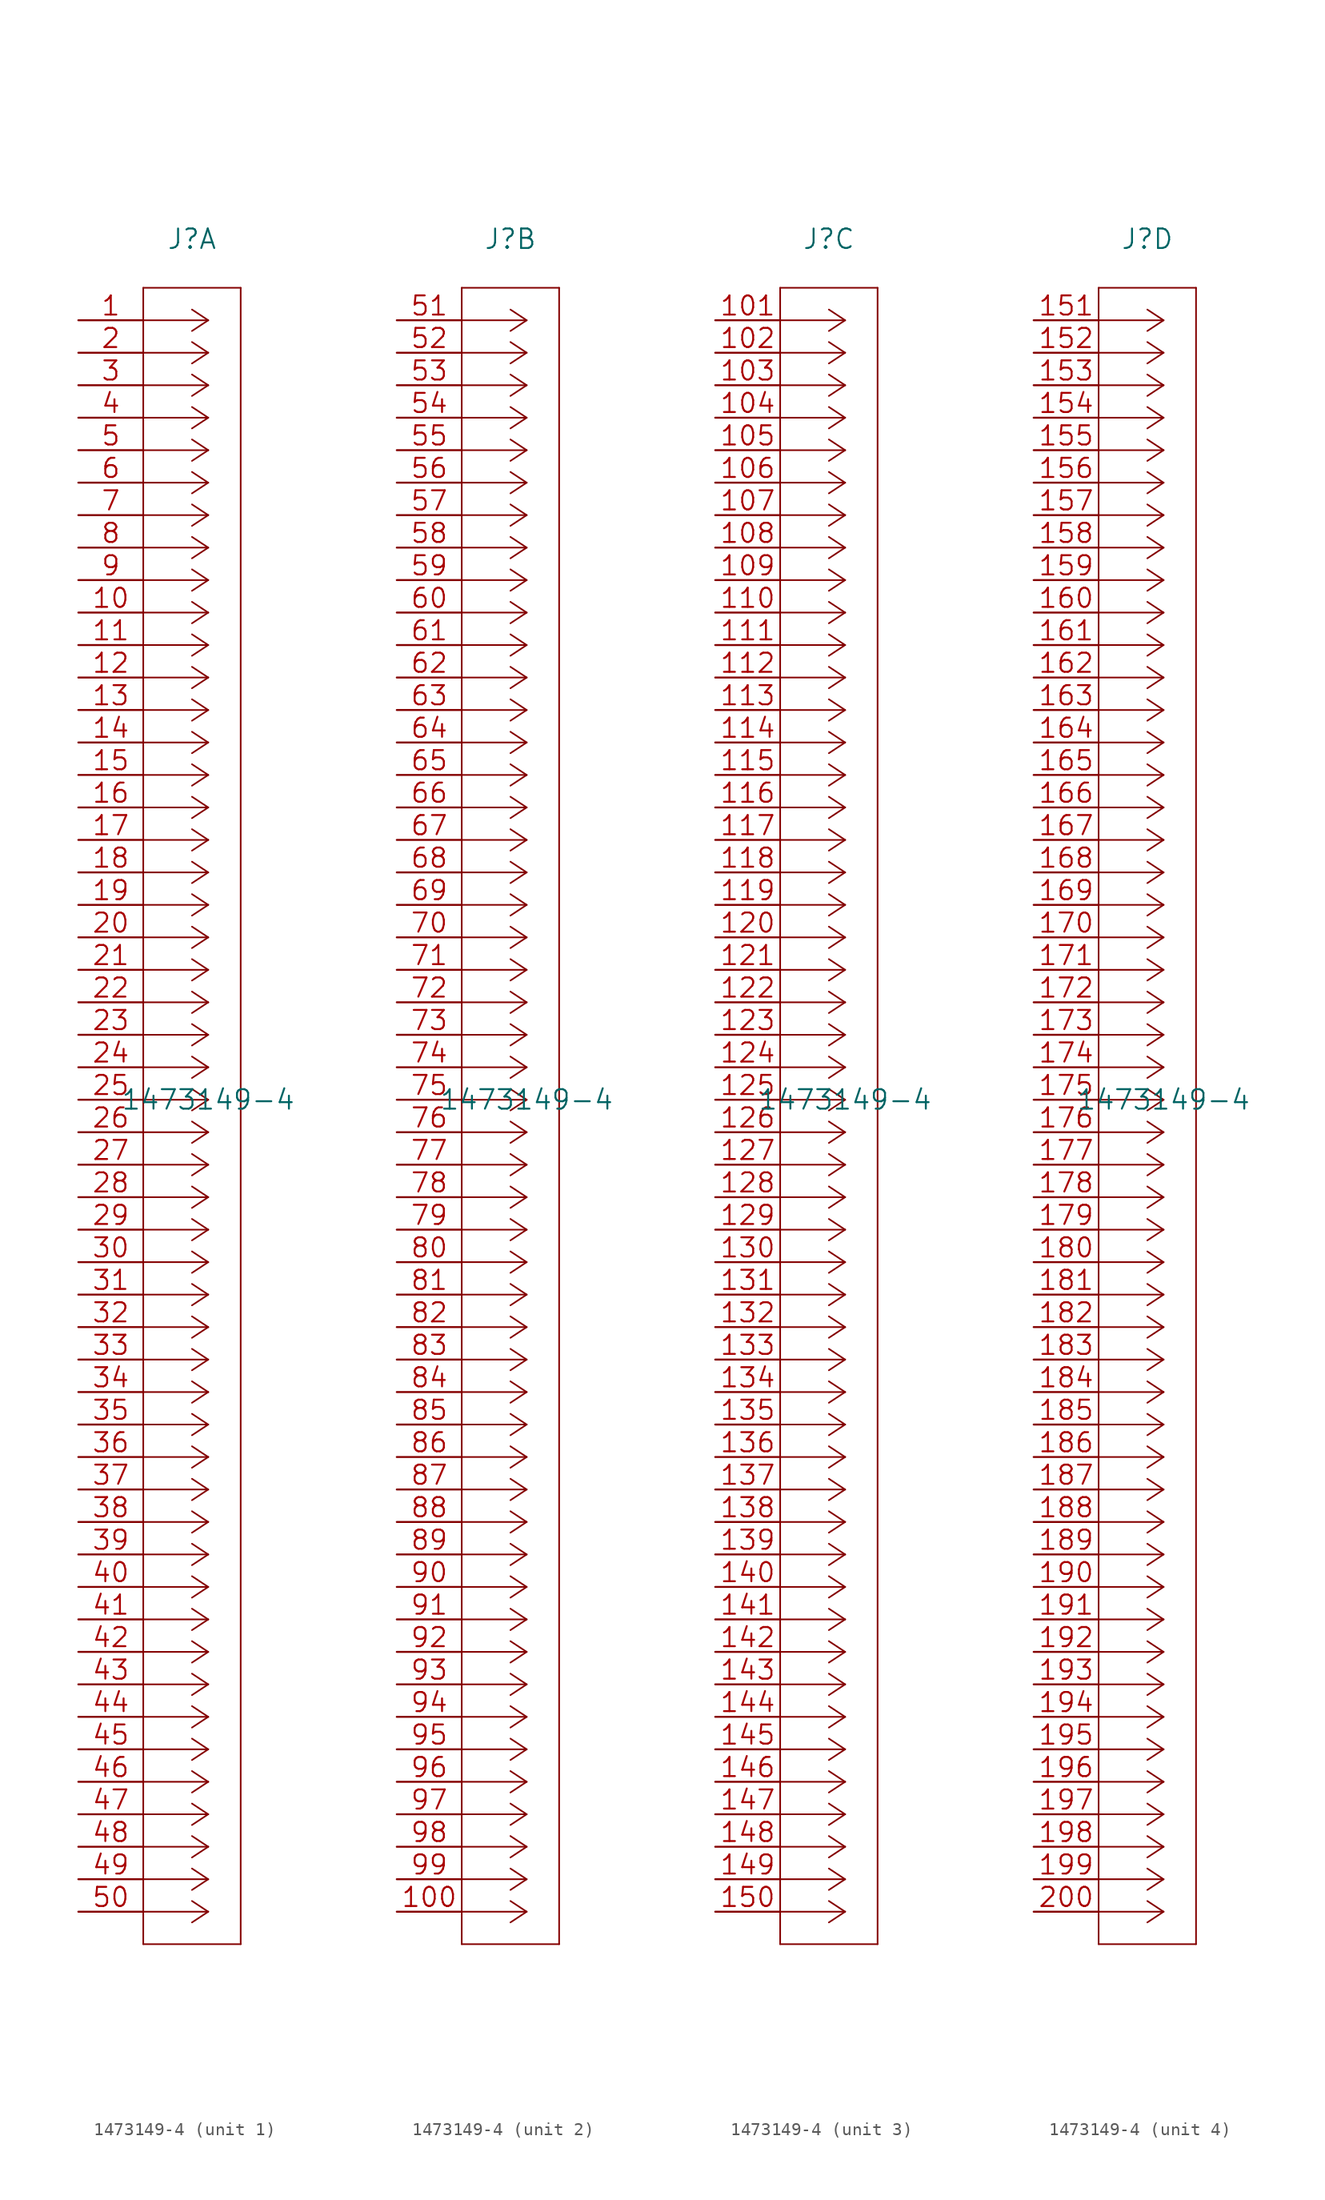
<source format=kicad_sym>
(kicad_symbol_lib
  (version 20220914)
  (generator kicad_symbol_editor)
  (symbol "1473149-4"
    (pin_names
      (offset 0.254) hide)
    (property "Reference" "J"
      (at 8.89 6.35 0)
      (effects (font (size 1.524 1.524))))
    (property "Value" "1473149-4"
      (at 10.16 -60.96 0)
      (effects (font (size 1.524 1.524))))
    (property "Datasheet" ""
      (at 0 0 0)
      (effects (font (size 1.524 1.524))))
    (property "ki_locked" ""
      (at 0 0 0)
      (effects (font (size 1.27 1.27))))
    (symbol "1473149-4_1_1"
      (polyline (pts (xy 5.08 -127) (xy 12.7 -127)) (stroke (width 0.127) (type solid)) (fill (type none)))
      (polyline (pts (xy 5.08 2.54) (xy 5.08 -127)) (stroke (width 0.127) (type solid)) (fill (type none)))
      (polyline (pts (xy 10.16 -124.46) (xy 5.08 -124.46)) (stroke (width 0.127) (type solid)) (fill (type none)))
      (polyline (pts (xy 10.16 -124.46) (xy 8.89 -125.298)) (stroke (width 0.127) (type solid)) (fill (type none)))
      (polyline (pts (xy 10.16 -124.46) (xy 8.89 -123.622)) (stroke (width 0.127) (type solid)) (fill (type none)))
      (polyline (pts (xy 10.16 -121.92) (xy 5.08 -121.92)) (stroke (width 0.127) (type solid)) (fill (type none)))
      (polyline (pts (xy 10.16 -121.92) (xy 8.89 -122.758)) (stroke (width 0.127) (type solid)) (fill (type none)))
      (polyline (pts (xy 10.16 -121.92) (xy 8.89 -121.082)) (stroke (width 0.127) (type solid)) (fill (type none)))
      (polyline (pts (xy 10.16 -119.38) (xy 5.08 -119.38)) (stroke (width 0.127) (type solid)) (fill (type none)))
      (polyline (pts (xy 10.16 -119.38) (xy 8.89 -120.218)) (stroke (width 0.127) (type solid)) (fill (type none)))
      (polyline (pts (xy 10.16 -119.38) (xy 8.89 -118.542)) (stroke (width 0.127) (type solid)) (fill (type none)))
      (polyline (pts (xy 10.16 -116.84) (xy 5.08 -116.84)) (stroke (width 0.127) (type solid)) (fill (type none)))
      (polyline (pts (xy 10.16 -116.84) (xy 8.89 -117.678)) (stroke (width 0.127) (type solid)) (fill (type none)))
      (polyline (pts (xy 10.16 -116.84) (xy 8.89 -116.002)) (stroke (width 0.127) (type solid)) (fill (type none)))
      (polyline (pts (xy 10.16 -114.3) (xy 5.08 -114.3)) (stroke (width 0.127) (type solid)) (fill (type none)))
      (polyline (pts (xy 10.16 -114.3) (xy 8.89 -115.138)) (stroke (width 0.127) (type solid)) (fill (type none)))
      (polyline (pts (xy 10.16 -114.3) (xy 8.89 -113.462)) (stroke (width 0.127) (type solid)) (fill (type none)))
      (polyline (pts (xy 10.16 -111.76) (xy 5.08 -111.76)) (stroke (width 0.127) (type solid)) (fill (type none)))
      (polyline (pts (xy 10.16 -111.76) (xy 8.89 -112.598)) (stroke (width 0.127) (type solid)) (fill (type none)))
      (polyline (pts (xy 10.16 -111.76) (xy 8.89 -110.922)) (stroke (width 0.127) (type solid)) (fill (type none)))
      (polyline (pts (xy 10.16 -109.22) (xy 5.08 -109.22)) (stroke (width 0.127) (type solid)) (fill (type none)))
      (polyline (pts (xy 10.16 -109.22) (xy 8.89 -110.058)) (stroke (width 0.127) (type solid)) (fill (type none)))
      (polyline (pts (xy 10.16 -109.22) (xy 8.89 -108.382)) (stroke (width 0.127) (type solid)) (fill (type none)))
      (polyline (pts (xy 10.16 -106.68) (xy 5.08 -106.68)) (stroke (width 0.127) (type solid)) (fill (type none)))
      (polyline (pts (xy 10.16 -106.68) (xy 8.89 -107.518)) (stroke (width 0.127) (type solid)) (fill (type none)))
      (polyline (pts (xy 10.16 -106.68) (xy 8.89 -105.842)) (stroke (width 0.127) (type solid)) (fill (type none)))
      (polyline (pts (xy 10.16 -104.14) (xy 5.08 -104.14)) (stroke (width 0.127) (type solid)) (fill (type none)))
      (polyline (pts (xy 10.16 -104.14) (xy 8.89 -104.978)) (stroke (width 0.127) (type solid)) (fill (type none)))
      (polyline (pts (xy 10.16 -104.14) (xy 8.89 -103.302)) (stroke (width 0.127) (type solid)) (fill (type none)))
      (polyline (pts (xy 10.16 -101.6) (xy 5.08 -101.6)) (stroke (width 0.127) (type solid)) (fill (type none)))
      (polyline (pts (xy 10.16 -101.6) (xy 8.89 -102.438)) (stroke (width 0.127) (type solid)) (fill (type none)))
      (polyline (pts (xy 10.16 -101.6) (xy 8.89 -100.762)) (stroke (width 0.127) (type solid)) (fill (type none)))
      (polyline (pts (xy 10.16 -99.06) (xy 5.08 -99.06)) (stroke (width 0.127) (type solid)) (fill (type none)))
      (polyline (pts (xy 10.16 -99.06) (xy 8.89 -99.898)) (stroke (width 0.127) (type solid)) (fill (type none)))
      (polyline (pts (xy 10.16 -99.06) (xy 8.89 -98.222)) (stroke (width 0.127) (type solid)) (fill (type none)))
      (polyline (pts (xy 10.16 -96.52) (xy 5.08 -96.52)) (stroke (width 0.127) (type solid)) (fill (type none)))
      (polyline (pts (xy 10.16 -96.52) (xy 8.89 -97.358)) (stroke (width 0.127) (type solid)) (fill (type none)))
      (polyline (pts (xy 10.16 -96.52) (xy 8.89 -95.682)) (stroke (width 0.127) (type solid)) (fill (type none)))
      (polyline (pts (xy 10.16 -93.98) (xy 5.08 -93.98)) (stroke (width 0.127) (type solid)) (fill (type none)))
      (polyline (pts (xy 10.16 -93.98) (xy 8.89 -94.818)) (stroke (width 0.127) (type solid)) (fill (type none)))
      (polyline (pts (xy 10.16 -93.98) (xy 8.89 -93.142)) (stroke (width 0.127) (type solid)) (fill (type none)))
      (polyline (pts (xy 10.16 -91.44) (xy 5.08 -91.44)) (stroke (width 0.127) (type solid)) (fill (type none)))
      (polyline (pts (xy 10.16 -91.44) (xy 8.89 -92.278)) (stroke (width 0.127) (type solid)) (fill (type none)))
      (polyline (pts (xy 10.16 -91.44) (xy 8.89 -90.602)) (stroke (width 0.127) (type solid)) (fill (type none)))
      (polyline (pts (xy 10.16 -88.9) (xy 5.08 -88.9)) (stroke (width 0.127) (type solid)) (fill (type none)))
      (polyline (pts (xy 10.16 -88.9) (xy 8.89 -89.738)) (stroke (width 0.127) (type solid)) (fill (type none)))
      (polyline (pts (xy 10.16 -88.9) (xy 8.89 -88.062)) (stroke (width 0.127) (type solid)) (fill (type none)))
      (polyline (pts (xy 10.16 -86.36) (xy 5.08 -86.36)) (stroke (width 0.127) (type solid)) (fill (type none)))
      (polyline (pts (xy 10.16 -86.36) (xy 8.89 -87.198)) (stroke (width 0.127) (type solid)) (fill (type none)))
      (polyline (pts (xy 10.16 -86.36) (xy 8.89 -85.522)) (stroke (width 0.127) (type solid)) (fill (type none)))
      (polyline (pts (xy 10.16 -83.82) (xy 5.08 -83.82)) (stroke (width 0.127) (type solid)) (fill (type none)))
      (polyline (pts (xy 10.16 -83.82) (xy 8.89 -84.658)) (stroke (width 0.127) (type solid)) (fill (type none)))
      (polyline (pts (xy 10.16 -83.82) (xy 8.89 -82.982)) (stroke (width 0.127) (type solid)) (fill (type none)))
      (polyline (pts (xy 10.16 -81.28) (xy 5.08 -81.28)) (stroke (width 0.127) (type solid)) (fill (type none)))
      (polyline (pts (xy 10.16 -81.28) (xy 8.89 -82.118)) (stroke (width 0.127) (type solid)) (fill (type none)))
      (polyline (pts (xy 10.16 -81.28) (xy 8.89 -80.442)) (stroke (width 0.127) (type solid)) (fill (type none)))
      (polyline (pts (xy 10.16 -78.74) (xy 5.08 -78.74)) (stroke (width 0.127) (type solid)) (fill (type none)))
      (polyline (pts (xy 10.16 -78.74) (xy 8.89 -79.578)) (stroke (width 0.127) (type solid)) (fill (type none)))
      (polyline (pts (xy 10.16 -78.74) (xy 8.89 -77.902)) (stroke (width 0.127) (type solid)) (fill (type none)))
      (polyline (pts (xy 10.16 -76.2) (xy 5.08 -76.2)) (stroke (width 0.127) (type solid)) (fill (type none)))
      (polyline (pts (xy 10.16 -76.2) (xy 8.89 -77.038)) (stroke (width 0.127) (type solid)) (fill (type none)))
      (polyline (pts (xy 10.16 -76.2) (xy 8.89 -75.362)) (stroke (width 0.127) (type solid)) (fill (type none)))
      (polyline (pts (xy 10.16 -73.66) (xy 5.08 -73.66)) (stroke (width 0.127) (type solid)) (fill (type none)))
      (polyline (pts (xy 10.16 -73.66) (xy 8.89 -74.498)) (stroke (width 0.127) (type solid)) (fill (type none)))
      (polyline (pts (xy 10.16 -73.66) (xy 8.89 -72.822)) (stroke (width 0.127) (type solid)) (fill (type none)))
      (polyline (pts (xy 10.16 -71.12) (xy 5.08 -71.12)) (stroke (width 0.127) (type solid)) (fill (type none)))
      (polyline (pts (xy 10.16 -71.12) (xy 8.89 -71.958)) (stroke (width 0.127) (type solid)) (fill (type none)))
      (polyline (pts (xy 10.16 -71.12) (xy 8.89 -70.282)) (stroke (width 0.127) (type solid)) (fill (type none)))
      (polyline (pts (xy 10.16 -68.58) (xy 5.08 -68.58)) (stroke (width 0.127) (type solid)) (fill (type none)))
      (polyline (pts (xy 10.16 -68.58) (xy 8.89 -69.418)) (stroke (width 0.127) (type solid)) (fill (type none)))
      (polyline (pts (xy 10.16 -68.58) (xy 8.89 -67.742)) (stroke (width 0.127) (type solid)) (fill (type none)))
      (polyline (pts (xy 10.16 -66.04) (xy 5.08 -66.04)) (stroke (width 0.127) (type solid)) (fill (type none)))
      (polyline (pts (xy 10.16 -66.04) (xy 8.89 -66.878)) (stroke (width 0.127) (type solid)) (fill (type none)))
      (polyline (pts (xy 10.16 -66.04) (xy 8.89 -65.202)) (stroke (width 0.127) (type solid)) (fill (type none)))
      (polyline (pts (xy 10.16 -63.5) (xy 5.08 -63.5)) (stroke (width 0.127) (type solid)) (fill (type none)))
      (polyline (pts (xy 10.16 -63.5) (xy 8.89 -64.338)) (stroke (width 0.127) (type solid)) (fill (type none)))
      (polyline (pts (xy 10.16 -63.5) (xy 8.89 -62.662)) (stroke (width 0.127) (type solid)) (fill (type none)))
      (polyline (pts (xy 10.16 -60.96) (xy 5.08 -60.96)) (stroke (width 0.127) (type solid)) (fill (type none)))
      (polyline (pts (xy 10.16 -60.96) (xy 8.89 -61.798)) (stroke (width 0.127) (type solid)) (fill (type none)))
      (polyline (pts (xy 10.16 -60.96) (xy 8.89 -60.122)) (stroke (width 0.127) (type solid)) (fill (type none)))
      (polyline (pts (xy 10.16 -58.42) (xy 5.08 -58.42)) (stroke (width 0.127) (type solid)) (fill (type none)))
      (polyline (pts (xy 10.16 -58.42) (xy 8.89 -59.258)) (stroke (width 0.127) (type solid)) (fill (type none)))
      (polyline (pts (xy 10.16 -58.42) (xy 8.89 -57.582)) (stroke (width 0.127) (type solid)) (fill (type none)))
      (polyline (pts (xy 10.16 -55.88) (xy 5.08 -55.88)) (stroke (width 0.127) (type solid)) (fill (type none)))
      (polyline (pts (xy 10.16 -55.88) (xy 8.89 -56.718)) (stroke (width 0.127) (type solid)) (fill (type none)))
      (polyline (pts (xy 10.16 -55.88) (xy 8.89 -55.042)) (stroke (width 0.127) (type solid)) (fill (type none)))
      (polyline (pts (xy 10.16 -53.34) (xy 5.08 -53.34)) (stroke (width 0.127) (type solid)) (fill (type none)))
      (polyline (pts (xy 10.16 -53.34) (xy 8.89 -54.178)) (stroke (width 0.127) (type solid)) (fill (type none)))
      (polyline (pts (xy 10.16 -53.34) (xy 8.89 -52.502)) (stroke (width 0.127) (type solid)) (fill (type none)))
      (polyline (pts (xy 10.16 -50.8) (xy 5.08 -50.8)) (stroke (width 0.127) (type solid)) (fill (type none)))
      (polyline (pts (xy 10.16 -50.8) (xy 8.89 -51.638)) (stroke (width 0.127) (type solid)) (fill (type none)))
      (polyline (pts (xy 10.16 -50.8) (xy 8.89 -49.962)) (stroke (width 0.127) (type solid)) (fill (type none)))
      (polyline (pts (xy 10.16 -48.26) (xy 5.08 -48.26)) (stroke (width 0.127) (type solid)) (fill (type none)))
      (polyline (pts (xy 10.16 -48.26) (xy 8.89 -49.098)) (stroke (width 0.127) (type solid)) (fill (type none)))
      (polyline (pts (xy 10.16 -48.26) (xy 8.89 -47.422)) (stroke (width 0.127) (type solid)) (fill (type none)))
      (polyline (pts (xy 10.16 -45.72) (xy 5.08 -45.72)) (stroke (width 0.127) (type solid)) (fill (type none)))
      (polyline (pts (xy 10.16 -45.72) (xy 8.89 -46.558)) (stroke (width 0.127) (type solid)) (fill (type none)))
      (polyline (pts (xy 10.16 -45.72) (xy 8.89 -44.882)) (stroke (width 0.127) (type solid)) (fill (type none)))
      (polyline (pts (xy 10.16 -43.18) (xy 5.08 -43.18)) (stroke (width 0.127) (type solid)) (fill (type none)))
      (polyline (pts (xy 10.16 -43.18) (xy 8.89 -44.018)) (stroke (width 0.127) (type solid)) (fill (type none)))
      (polyline (pts (xy 10.16 -43.18) (xy 8.89 -42.342)) (stroke (width 0.127) (type solid)) (fill (type none)))
      (polyline (pts (xy 10.16 -40.64) (xy 5.08 -40.64)) (stroke (width 0.127) (type solid)) (fill (type none)))
      (polyline (pts (xy 10.16 -40.64) (xy 8.89 -41.478)) (stroke (width 0.127) (type solid)) (fill (type none)))
      (polyline (pts (xy 10.16 -40.64) (xy 8.89 -39.802)) (stroke (width 0.127) (type solid)) (fill (type none)))
      (polyline (pts (xy 10.16 -38.1) (xy 5.08 -38.1)) (stroke (width 0.127) (type solid)) (fill (type none)))
      (polyline (pts (xy 10.16 -38.1) (xy 8.89 -38.938)) (stroke (width 0.127) (type solid)) (fill (type none)))
      (polyline (pts (xy 10.16 -38.1) (xy 8.89 -37.262)) (stroke (width 0.127) (type solid)) (fill (type none)))
      (polyline (pts (xy 10.16 -35.56) (xy 5.08 -35.56)) (stroke (width 0.127) (type solid)) (fill (type none)))
      (polyline (pts (xy 10.16 -35.56) (xy 8.89 -36.398)) (stroke (width 0.127) (type solid)) (fill (type none)))
      (polyline (pts (xy 10.16 -35.56) (xy 8.89 -34.722)) (stroke (width 0.127) (type solid)) (fill (type none)))
      (polyline (pts (xy 10.16 -33.02) (xy 5.08 -33.02)) (stroke (width 0.127) (type solid)) (fill (type none)))
      (polyline (pts (xy 10.16 -33.02) (xy 8.89 -33.858)) (stroke (width 0.127) (type solid)) (fill (type none)))
      (polyline (pts (xy 10.16 -33.02) (xy 8.89 -32.182)) (stroke (width 0.127) (type solid)) (fill (type none)))
      (polyline (pts (xy 10.16 -30.48) (xy 5.08 -30.48)) (stroke (width 0.127) (type solid)) (fill (type none)))
      (polyline (pts (xy 10.16 -30.48) (xy 8.89 -31.318)) (stroke (width 0.127) (type solid)) (fill (type none)))
      (polyline (pts (xy 10.16 -30.48) (xy 8.89 -29.642)) (stroke (width 0.127) (type solid)) (fill (type none)))
      (polyline (pts (xy 10.16 -27.94) (xy 5.08 -27.94)) (stroke (width 0.127) (type solid)) (fill (type none)))
      (polyline (pts (xy 10.16 -27.94) (xy 8.89 -28.778)) (stroke (width 0.127) (type solid)) (fill (type none)))
      (polyline (pts (xy 10.16 -27.94) (xy 8.89 -27.102)) (stroke (width 0.127) (type solid)) (fill (type none)))
      (polyline (pts (xy 10.16 -25.4) (xy 5.08 -25.4)) (stroke (width 0.127) (type solid)) (fill (type none)))
      (polyline (pts (xy 10.16 -25.4) (xy 8.89 -26.238)) (stroke (width 0.127) (type solid)) (fill (type none)))
      (polyline (pts (xy 10.16 -25.4) (xy 8.89 -24.562)) (stroke (width 0.127) (type solid)) (fill (type none)))
      (polyline (pts (xy 10.16 -22.86) (xy 5.08 -22.86)) (stroke (width 0.127) (type solid)) (fill (type none)))
      (polyline (pts (xy 10.16 -22.86) (xy 8.89 -23.698)) (stroke (width 0.127) (type solid)) (fill (type none)))
      (polyline (pts (xy 10.16 -22.86) (xy 8.89 -22.022)) (stroke (width 0.127) (type solid)) (fill (type none)))
      (polyline (pts (xy 10.16 -20.32) (xy 5.08 -20.32)) (stroke (width 0.127) (type solid)) (fill (type none)))
      (polyline (pts (xy 10.16 -20.32) (xy 8.89 -21.158)) (stroke (width 0.127) (type solid)) (fill (type none)))
      (polyline (pts (xy 10.16 -20.32) (xy 8.89 -19.482)) (stroke (width 0.127) (type solid)) (fill (type none)))
      (polyline (pts (xy 10.16 -17.78) (xy 5.08 -17.78)) (stroke (width 0.127) (type solid)) (fill (type none)))
      (polyline (pts (xy 10.16 -17.78) (xy 8.89 -18.618)) (stroke (width 0.127) (type solid)) (fill (type none)))
      (polyline (pts (xy 10.16 -17.78) (xy 8.89 -16.942)) (stroke (width 0.127) (type solid)) (fill (type none)))
      (polyline (pts (xy 10.16 -15.24) (xy 5.08 -15.24)) (stroke (width 0.127) (type solid)) (fill (type none)))
      (polyline (pts (xy 10.16 -15.24) (xy 8.89 -16.078)) (stroke (width 0.127) (type solid)) (fill (type none)))
      (polyline (pts (xy 10.16 -15.24) (xy 8.89 -14.402)) (stroke (width 0.127) (type solid)) (fill (type none)))
      (polyline (pts (xy 10.16 -12.7) (xy 5.08 -12.7)) (stroke (width 0.127) (type solid)) (fill (type none)))
      (polyline (pts (xy 10.16 -12.7) (xy 8.89 -13.538)) (stroke (width 0.127) (type solid)) (fill (type none)))
      (polyline (pts (xy 10.16 -12.7) (xy 8.89 -11.862)) (stroke (width 0.127) (type solid)) (fill (type none)))
      (polyline (pts (xy 10.16 -10.16) (xy 5.08 -10.16)) (stroke (width 0.127) (type solid)) (fill (type none)))
      (polyline (pts (xy 10.16 -10.16) (xy 8.89 -10.998)) (stroke (width 0.127) (type solid)) (fill (type none)))
      (polyline (pts (xy 10.16 -10.16) (xy 8.89 -9.322)) (stroke (width 0.127) (type solid)) (fill (type none)))
      (polyline (pts (xy 10.16 -7.62) (xy 5.08 -7.62)) (stroke (width 0.127) (type solid)) (fill (type none)))
      (polyline (pts (xy 10.16 -7.62) (xy 8.89 -8.458)) (stroke (width 0.127) (type solid)) (fill (type none)))
      (polyline (pts (xy 10.16 -7.62) (xy 8.89 -6.782)) (stroke (width 0.127) (type solid)) (fill (type none)))
      (polyline (pts (xy 10.16 -5.08) (xy 5.08 -5.08)) (stroke (width 0.127) (type solid)) (fill (type none)))
      (polyline (pts (xy 10.16 -5.08) (xy 8.89 -5.918)) (stroke (width 0.127) (type solid)) (fill (type none)))
      (polyline (pts (xy 10.16 -5.08) (xy 8.89 -4.242)) (stroke (width 0.127) (type solid)) (fill (type none)))
      (polyline (pts (xy 10.16 -2.54) (xy 5.08 -2.54)) (stroke (width 0.127) (type solid)) (fill (type none)))
      (polyline (pts (xy 10.16 -2.54) (xy 8.89 -3.378)) (stroke (width 0.127) (type solid)) (fill (type none)))
      (polyline (pts (xy 10.16 -2.54) (xy 8.89 -1.702)) (stroke (width 0.127) (type solid)) (fill (type none)))
      (polyline (pts (xy 10.16 0) (xy 5.08 0)) (stroke (width 0.127) (type solid)) (fill (type none)))
      (polyline (pts (xy 10.16 0) (xy 8.89 -0.838)) (stroke (width 0.127) (type solid)) (fill (type none)))
      (polyline (pts (xy 10.16 0) (xy 8.89 0.838)) (stroke (width 0.127) (type solid)) (fill (type none)))
      (polyline (pts (xy 12.7 -127) (xy 12.7 2.54)) (stroke (width 0.127) (type solid)) (fill (type none)))
      (polyline (pts (xy 12.7 2.54) (xy 5.08 2.54)) (stroke (width 0.127) (type solid)) (fill (type none)))
      (pin unspecified line (at 0 0 0) (length 5.08) (name "1" (effects (font (size 1.499 1.499)))) (number "1" (effects (font (size 1.499 1.499)))))
      (pin unspecified line (at 0 -22.86 0) (length 5.08) (name "10" (effects (font (size 1.499 1.499)))) (number "10" (effects (font (size 1.499 1.499)))))
      (pin unspecified line (at 0 -25.4 0) (length 5.08) (name "11" (effects (font (size 1.499 1.499)))) (number "11" (effects (font (size 1.499 1.499)))))
      (pin unspecified line (at 0 -27.94 0) (length 5.08) (name "12" (effects (font (size 1.499 1.499)))) (number "12" (effects (font (size 1.499 1.499)))))
      (pin unspecified line (at 0 -30.48 0) (length 5.08) (name "13" (effects (font (size 1.499 1.499)))) (number "13" (effects (font (size 1.499 1.499)))))
      (pin unspecified line (at 0 -33.02 0) (length 5.08) (name "14" (effects (font (size 1.499 1.499)))) (number "14" (effects (font (size 1.499 1.499)))))
      (pin unspecified line (at 0 -35.56 0) (length 5.08) (name "15" (effects (font (size 1.499 1.499)))) (number "15" (effects (font (size 1.499 1.499)))))
      (pin unspecified line (at 0 -38.1 0) (length 5.08) (name "16" (effects (font (size 1.499 1.499)))) (number "16" (effects (font (size 1.499 1.499)))))
      (pin unspecified line (at 0 -40.64 0) (length 5.08) (name "17" (effects (font (size 1.499 1.499)))) (number "17" (effects (font (size 1.499 1.499)))))
      (pin unspecified line (at 0 -43.18 0) (length 5.08) (name "18" (effects (font (size 1.499 1.499)))) (number "18" (effects (font (size 1.499 1.499)))))
      (pin unspecified line (at 0 -45.72 0) (length 5.08) (name "19" (effects (font (size 1.499 1.499)))) (number "19" (effects (font (size 1.499 1.499)))))
      (pin unspecified line (at 0 -2.54 0) (length 5.08) (name "2" (effects (font (size 1.499 1.499)))) (number "2" (effects (font (size 1.499 1.499)))))
      (pin unspecified line (at 0 -48.26 0) (length 5.08) (name "20" (effects (font (size 1.499 1.499)))) (number "20" (effects (font (size 1.499 1.499)))))
      (pin unspecified line (at 0 -50.8 0) (length 5.08) (name "21" (effects (font (size 1.499 1.499)))) (number "21" (effects (font (size 1.499 1.499)))))
      (pin unspecified line (at 0 -53.34 0) (length 5.08) (name "22" (effects (font (size 1.499 1.499)))) (number "22" (effects (font (size 1.499 1.499)))))
      (pin unspecified line (at 0 -55.88 0) (length 5.08) (name "23" (effects (font (size 1.499 1.499)))) (number "23" (effects (font (size 1.499 1.499)))))
      (pin unspecified line (at 0 -58.42 0) (length 5.08) (name "24" (effects (font (size 1.499 1.499)))) (number "24" (effects (font (size 1.499 1.499)))))
      (pin unspecified line (at 0 -60.96 0) (length 5.08) (name "25" (effects (font (size 1.499 1.499)))) (number "25" (effects (font (size 1.499 1.499)))))
      (pin unspecified line (at 0 -63.5 0) (length 5.08) (name "26" (effects (font (size 1.499 1.499)))) (number "26" (effects (font (size 1.499 1.499)))))
      (pin unspecified line (at 0 -66.04 0) (length 5.08) (name "27" (effects (font (size 1.499 1.499)))) (number "27" (effects (font (size 1.499 1.499)))))
      (pin unspecified line (at 0 -68.58 0) (length 5.08) (name "28" (effects (font (size 1.499 1.499)))) (number "28" (effects (font (size 1.499 1.499)))))
      (pin unspecified line (at 0 -71.12 0) (length 5.08) (name "29" (effects (font (size 1.499 1.499)))) (number "29" (effects (font (size 1.499 1.499)))))
      (pin unspecified line (at 0 -5.08 0) (length 5.08) (name "3" (effects (font (size 1.499 1.499)))) (number "3" (effects (font (size 1.499 1.499)))))
      (pin unspecified line (at 0 -73.66 0) (length 5.08) (name "30" (effects (font (size 1.499 1.499)))) (number "30" (effects (font (size 1.499 1.499)))))
      (pin unspecified line (at 0 -76.2 0) (length 5.08) (name "31" (effects (font (size 1.499 1.499)))) (number "31" (effects (font (size 1.499 1.499)))))
      (pin unspecified line (at 0 -78.74 0) (length 5.08) (name "32" (effects (font (size 1.499 1.499)))) (number "32" (effects (font (size 1.499 1.499)))))
      (pin unspecified line (at 0 -81.28 0) (length 5.08) (name "33" (effects (font (size 1.499 1.499)))) (number "33" (effects (font (size 1.499 1.499)))))
      (pin unspecified line (at 0 -83.82 0) (length 5.08) (name "34" (effects (font (size 1.499 1.499)))) (number "34" (effects (font (size 1.499 1.499)))))
      (pin unspecified line (at 0 -86.36 0) (length 5.08) (name "35" (effects (font (size 1.499 1.499)))) (number "35" (effects (font (size 1.499 1.499)))))
      (pin unspecified line (at 0 -88.9 0) (length 5.08) (name "36" (effects (font (size 1.499 1.499)))) (number "36" (effects (font (size 1.499 1.499)))))
      (pin unspecified line (at 0 -91.44 0) (length 5.08) (name "37" (effects (font (size 1.499 1.499)))) (number "37" (effects (font (size 1.499 1.499)))))
      (pin unspecified line (at 0 -93.98 0) (length 5.08) (name "38" (effects (font (size 1.499 1.499)))) (number "38" (effects (font (size 1.499 1.499)))))
      (pin unspecified line (at 0 -96.52 0) (length 5.08) (name "39" (effects (font (size 1.499 1.499)))) (number "39" (effects (font (size 1.499 1.499)))))
      (pin unspecified line (at 0 -7.62 0) (length 5.08) (name "4" (effects (font (size 1.499 1.499)))) (number "4" (effects (font (size 1.499 1.499)))))
      (pin unspecified line (at 0 -99.06 0) (length 5.08) (name "40" (effects (font (size 1.499 1.499)))) (number "40" (effects (font (size 1.499 1.499)))))
      (pin unspecified line (at 0 -101.6 0) (length 5.08) (name "41" (effects (font (size 1.499 1.499)))) (number "41" (effects (font (size 1.499 1.499)))))
      (pin unspecified line (at 0 -104.14 0) (length 5.08) (name "42" (effects (font (size 1.499 1.499)))) (number "42" (effects (font (size 1.499 1.499)))))
      (pin unspecified line (at 0 -106.68 0) (length 5.08) (name "43" (effects (font (size 1.499 1.499)))) (number "43" (effects (font (size 1.499 1.499)))))
      (pin unspecified line (at 0 -109.22 0) (length 5.08) (name "44" (effects (font (size 1.499 1.499)))) (number "44" (effects (font (size 1.499 1.499)))))
      (pin unspecified line (at 0 -111.76 0) (length 5.08) (name "45" (effects (font (size 1.499 1.499)))) (number "45" (effects (font (size 1.499 1.499)))))
      (pin unspecified line (at 0 -114.3 0) (length 5.08) (name "46" (effects (font (size 1.499 1.499)))) (number "46" (effects (font (size 1.499 1.499)))))
      (pin unspecified line (at 0 -116.84 0) (length 5.08) (name "47" (effects (font (size 1.499 1.499)))) (number "47" (effects (font (size 1.499 1.499)))))
      (pin unspecified line (at 0 -119.38 0) (length 5.08) (name "48" (effects (font (size 1.499 1.499)))) (number "48" (effects (font (size 1.499 1.499)))))
      (pin unspecified line (at 0 -121.92 0) (length 5.08) (name "49" (effects (font (size 1.499 1.499)))) (number "49" (effects (font (size 1.499 1.499)))))
      (pin unspecified line (at 0 -10.16 0) (length 5.08) (name "5" (effects (font (size 1.499 1.499)))) (number "5" (effects (font (size 1.499 1.499)))))
      (pin unspecified line (at 0 -124.46 0) (length 5.08) (name "50" (effects (font (size 1.499 1.499)))) (number "50" (effects (font (size 1.499 1.499)))))
      (pin unspecified line (at 0 -12.7 0) (length 5.08) (name "6" (effects (font (size 1.499 1.499)))) (number "6" (effects (font (size 1.499 1.499)))))
      (pin unspecified line (at 0 -15.24 0) (length 5.08) (name "7" (effects (font (size 1.499 1.499)))) (number "7" (effects (font (size 1.499 1.499)))))
      (pin unspecified line (at 0 -17.78 0) (length 5.08) (name "8" (effects (font (size 1.499 1.499)))) (number "8" (effects (font (size 1.499 1.499)))))
      (pin unspecified line (at 0 -20.32 0) (length 5.08) (name "9" (effects (font (size 1.499 1.499)))) (number "9" (effects (font (size 1.499 1.499))))))
    (symbol "1473149-4_2_1"
      (polyline (pts (xy 5.08 -127) (xy 12.7 -127)) (stroke (width 0.127) (type solid)) (fill (type none)))
      (polyline (pts (xy 5.08 2.54) (xy 5.08 -127)) (stroke (width 0.127) (type solid)) (fill (type none)))
      (polyline (pts (xy 10.16 -124.46) (xy 5.08 -124.46)) (stroke (width 0.127) (type solid)) (fill (type none)))
      (polyline (pts (xy 10.16 -124.46) (xy 8.89 -125.298)) (stroke (width 0.127) (type solid)) (fill (type none)))
      (polyline (pts (xy 10.16 -124.46) (xy 8.89 -123.622)) (stroke (width 0.127) (type solid)) (fill (type none)))
      (polyline (pts (xy 10.16 -121.92) (xy 5.08 -121.92)) (stroke (width 0.127) (type solid)) (fill (type none)))
      (polyline (pts (xy 10.16 -121.92) (xy 8.89 -122.758)) (stroke (width 0.127) (type solid)) (fill (type none)))
      (polyline (pts (xy 10.16 -121.92) (xy 8.89 -121.082)) (stroke (width 0.127) (type solid)) (fill (type none)))
      (polyline (pts (xy 10.16 -119.38) (xy 5.08 -119.38)) (stroke (width 0.127) (type solid)) (fill (type none)))
      (polyline (pts (xy 10.16 -119.38) (xy 8.89 -120.218)) (stroke (width 0.127) (type solid)) (fill (type none)))
      (polyline (pts (xy 10.16 -119.38) (xy 8.89 -118.542)) (stroke (width 0.127) (type solid)) (fill (type none)))
      (polyline (pts (xy 10.16 -116.84) (xy 5.08 -116.84)) (stroke (width 0.127) (type solid)) (fill (type none)))
      (polyline (pts (xy 10.16 -116.84) (xy 8.89 -117.678)) (stroke (width 0.127) (type solid)) (fill (type none)))
      (polyline (pts (xy 10.16 -116.84) (xy 8.89 -116.002)) (stroke (width 0.127) (type solid)) (fill (type none)))
      (polyline (pts (xy 10.16 -114.3) (xy 5.08 -114.3)) (stroke (width 0.127) (type solid)) (fill (type none)))
      (polyline (pts (xy 10.16 -114.3) (xy 8.89 -115.138)) (stroke (width 0.127) (type solid)) (fill (type none)))
      (polyline (pts (xy 10.16 -114.3) (xy 8.89 -113.462)) (stroke (width 0.127) (type solid)) (fill (type none)))
      (polyline (pts (xy 10.16 -111.76) (xy 5.08 -111.76)) (stroke (width 0.127) (type solid)) (fill (type none)))
      (polyline (pts (xy 10.16 -111.76) (xy 8.89 -112.598)) (stroke (width 0.127) (type solid)) (fill (type none)))
      (polyline (pts (xy 10.16 -111.76) (xy 8.89 -110.922)) (stroke (width 0.127) (type solid)) (fill (type none)))
      (polyline (pts (xy 10.16 -109.22) (xy 5.08 -109.22)) (stroke (width 0.127) (type solid)) (fill (type none)))
      (polyline (pts (xy 10.16 -109.22) (xy 8.89 -110.058)) (stroke (width 0.127) (type solid)) (fill (type none)))
      (polyline (pts (xy 10.16 -109.22) (xy 8.89 -108.382)) (stroke (width 0.127) (type solid)) (fill (type none)))
      (polyline (pts (xy 10.16 -106.68) (xy 5.08 -106.68)) (stroke (width 0.127) (type solid)) (fill (type none)))
      (polyline (pts (xy 10.16 -106.68) (xy 8.89 -107.518)) (stroke (width 0.127) (type solid)) (fill (type none)))
      (polyline (pts (xy 10.16 -106.68) (xy 8.89 -105.842)) (stroke (width 0.127) (type solid)) (fill (type none)))
      (polyline (pts (xy 10.16 -104.14) (xy 5.08 -104.14)) (stroke (width 0.127) (type solid)) (fill (type none)))
      (polyline (pts (xy 10.16 -104.14) (xy 8.89 -104.978)) (stroke (width 0.127) (type solid)) (fill (type none)))
      (polyline (pts (xy 10.16 -104.14) (xy 8.89 -103.302)) (stroke (width 0.127) (type solid)) (fill (type none)))
      (polyline (pts (xy 10.16 -101.6) (xy 5.08 -101.6)) (stroke (width 0.127) (type solid)) (fill (type none)))
      (polyline (pts (xy 10.16 -101.6) (xy 8.89 -102.438)) (stroke (width 0.127) (type solid)) (fill (type none)))
      (polyline (pts (xy 10.16 -101.6) (xy 8.89 -100.762)) (stroke (width 0.127) (type solid)) (fill (type none)))
      (polyline (pts (xy 10.16 -99.06) (xy 5.08 -99.06)) (stroke (width 0.127) (type solid)) (fill (type none)))
      (polyline (pts (xy 10.16 -99.06) (xy 8.89 -99.898)) (stroke (width 0.127) (type solid)) (fill (type none)))
      (polyline (pts (xy 10.16 -99.06) (xy 8.89 -98.222)) (stroke (width 0.127) (type solid)) (fill (type none)))
      (polyline (pts (xy 10.16 -96.52) (xy 5.08 -96.52)) (stroke (width 0.127) (type solid)) (fill (type none)))
      (polyline (pts (xy 10.16 -96.52) (xy 8.89 -97.358)) (stroke (width 0.127) (type solid)) (fill (type none)))
      (polyline (pts (xy 10.16 -96.52) (xy 8.89 -95.682)) (stroke (width 0.127) (type solid)) (fill (type none)))
      (polyline (pts (xy 10.16 -93.98) (xy 5.08 -93.98)) (stroke (width 0.127) (type solid)) (fill (type none)))
      (polyline (pts (xy 10.16 -93.98) (xy 8.89 -94.818)) (stroke (width 0.127) (type solid)) (fill (type none)))
      (polyline (pts (xy 10.16 -93.98) (xy 8.89 -93.142)) (stroke (width 0.127) (type solid)) (fill (type none)))
      (polyline (pts (xy 10.16 -91.44) (xy 5.08 -91.44)) (stroke (width 0.127) (type solid)) (fill (type none)))
      (polyline (pts (xy 10.16 -91.44) (xy 8.89 -92.278)) (stroke (width 0.127) (type solid)) (fill (type none)))
      (polyline (pts (xy 10.16 -91.44) (xy 8.89 -90.602)) (stroke (width 0.127) (type solid)) (fill (type none)))
      (polyline (pts (xy 10.16 -88.9) (xy 5.08 -88.9)) (stroke (width 0.127) (type solid)) (fill (type none)))
      (polyline (pts (xy 10.16 -88.9) (xy 8.89 -89.738)) (stroke (width 0.127) (type solid)) (fill (type none)))
      (polyline (pts (xy 10.16 -88.9) (xy 8.89 -88.062)) (stroke (width 0.127) (type solid)) (fill (type none)))
      (polyline (pts (xy 10.16 -86.36) (xy 5.08 -86.36)) (stroke (width 0.127) (type solid)) (fill (type none)))
      (polyline (pts (xy 10.16 -86.36) (xy 8.89 -87.198)) (stroke (width 0.127) (type solid)) (fill (type none)))
      (polyline (pts (xy 10.16 -86.36) (xy 8.89 -85.522)) (stroke (width 0.127) (type solid)) (fill (type none)))
      (polyline (pts (xy 10.16 -83.82) (xy 5.08 -83.82)) (stroke (width 0.127) (type solid)) (fill (type none)))
      (polyline (pts (xy 10.16 -83.82) (xy 8.89 -84.658)) (stroke (width 0.127) (type solid)) (fill (type none)))
      (polyline (pts (xy 10.16 -83.82) (xy 8.89 -82.982)) (stroke (width 0.127) (type solid)) (fill (type none)))
      (polyline (pts (xy 10.16 -81.28) (xy 5.08 -81.28)) (stroke (width 0.127) (type solid)) (fill (type none)))
      (polyline (pts (xy 10.16 -81.28) (xy 8.89 -82.118)) (stroke (width 0.127) (type solid)) (fill (type none)))
      (polyline (pts (xy 10.16 -81.28) (xy 8.89 -80.442)) (stroke (width 0.127) (type solid)) (fill (type none)))
      (polyline (pts (xy 10.16 -78.74) (xy 5.08 -78.74)) (stroke (width 0.127) (type solid)) (fill (type none)))
      (polyline (pts (xy 10.16 -78.74) (xy 8.89 -79.578)) (stroke (width 0.127) (type solid)) (fill (type none)))
      (polyline (pts (xy 10.16 -78.74) (xy 8.89 -77.902)) (stroke (width 0.127) (type solid)) (fill (type none)))
      (polyline (pts (xy 10.16 -76.2) (xy 5.08 -76.2)) (stroke (width 0.127) (type solid)) (fill (type none)))
      (polyline (pts (xy 10.16 -76.2) (xy 8.89 -77.038)) (stroke (width 0.127) (type solid)) (fill (type none)))
      (polyline (pts (xy 10.16 -76.2) (xy 8.89 -75.362)) (stroke (width 0.127) (type solid)) (fill (type none)))
      (polyline (pts (xy 10.16 -73.66) (xy 5.08 -73.66)) (stroke (width 0.127) (type solid)) (fill (type none)))
      (polyline (pts (xy 10.16 -73.66) (xy 8.89 -74.498)) (stroke (width 0.127) (type solid)) (fill (type none)))
      (polyline (pts (xy 10.16 -73.66) (xy 8.89 -72.822)) (stroke (width 0.127) (type solid)) (fill (type none)))
      (polyline (pts (xy 10.16 -71.12) (xy 5.08 -71.12)) (stroke (width 0.127) (type solid)) (fill (type none)))
      (polyline (pts (xy 10.16 -71.12) (xy 8.89 -71.958)) (stroke (width 0.127) (type solid)) (fill (type none)))
      (polyline (pts (xy 10.16 -71.12) (xy 8.89 -70.282)) (stroke (width 0.127) (type solid)) (fill (type none)))
      (polyline (pts (xy 10.16 -68.58) (xy 5.08 -68.58)) (stroke (width 0.127) (type solid)) (fill (type none)))
      (polyline (pts (xy 10.16 -68.58) (xy 8.89 -69.418)) (stroke (width 0.127) (type solid)) (fill (type none)))
      (polyline (pts (xy 10.16 -68.58) (xy 8.89 -67.742)) (stroke (width 0.127) (type solid)) (fill (type none)))
      (polyline (pts (xy 10.16 -66.04) (xy 5.08 -66.04)) (stroke (width 0.127) (type solid)) (fill (type none)))
      (polyline (pts (xy 10.16 -66.04) (xy 8.89 -66.878)) (stroke (width 0.127) (type solid)) (fill (type none)))
      (polyline (pts (xy 10.16 -66.04) (xy 8.89 -65.202)) (stroke (width 0.127) (type solid)) (fill (type none)))
      (polyline (pts (xy 10.16 -63.5) (xy 5.08 -63.5)) (stroke (width 0.127) (type solid)) (fill (type none)))
      (polyline (pts (xy 10.16 -63.5) (xy 8.89 -64.338)) (stroke (width 0.127) (type solid)) (fill (type none)))
      (polyline (pts (xy 10.16 -63.5) (xy 8.89 -62.662)) (stroke (width 0.127) (type solid)) (fill (type none)))
      (polyline (pts (xy 10.16 -60.96) (xy 5.08 -60.96)) (stroke (width 0.127) (type solid)) (fill (type none)))
      (polyline (pts (xy 10.16 -60.96) (xy 8.89 -61.798)) (stroke (width 0.127) (type solid)) (fill (type none)))
      (polyline (pts (xy 10.16 -60.96) (xy 8.89 -60.122)) (stroke (width 0.127) (type solid)) (fill (type none)))
      (polyline (pts (xy 10.16 -58.42) (xy 5.08 -58.42)) (stroke (width 0.127) (type solid)) (fill (type none)))
      (polyline (pts (xy 10.16 -58.42) (xy 8.89 -59.258)) (stroke (width 0.127) (type solid)) (fill (type none)))
      (polyline (pts (xy 10.16 -58.42) (xy 8.89 -57.582)) (stroke (width 0.127) (type solid)) (fill (type none)))
      (polyline (pts (xy 10.16 -55.88) (xy 5.08 -55.88)) (stroke (width 0.127) (type solid)) (fill (type none)))
      (polyline (pts (xy 10.16 -55.88) (xy 8.89 -56.718)) (stroke (width 0.127) (type solid)) (fill (type none)))
      (polyline (pts (xy 10.16 -55.88) (xy 8.89 -55.042)) (stroke (width 0.127) (type solid)) (fill (type none)))
      (polyline (pts (xy 10.16 -53.34) (xy 5.08 -53.34)) (stroke (width 0.127) (type solid)) (fill (type none)))
      (polyline (pts (xy 10.16 -53.34) (xy 8.89 -54.178)) (stroke (width 0.127) (type solid)) (fill (type none)))
      (polyline (pts (xy 10.16 -53.34) (xy 8.89 -52.502)) (stroke (width 0.127) (type solid)) (fill (type none)))
      (polyline (pts (xy 10.16 -50.8) (xy 5.08 -50.8)) (stroke (width 0.127) (type solid)) (fill (type none)))
      (polyline (pts (xy 10.16 -50.8) (xy 8.89 -51.638)) (stroke (width 0.127) (type solid)) (fill (type none)))
      (polyline (pts (xy 10.16 -50.8) (xy 8.89 -49.962)) (stroke (width 0.127) (type solid)) (fill (type none)))
      (polyline (pts (xy 10.16 -48.26) (xy 5.08 -48.26)) (stroke (width 0.127) (type solid)) (fill (type none)))
      (polyline (pts (xy 10.16 -48.26) (xy 8.89 -49.098)) (stroke (width 0.127) (type solid)) (fill (type none)))
      (polyline (pts (xy 10.16 -48.26) (xy 8.89 -47.422)) (stroke (width 0.127) (type solid)) (fill (type none)))
      (polyline (pts (xy 10.16 -45.72) (xy 5.08 -45.72)) (stroke (width 0.127) (type solid)) (fill (type none)))
      (polyline (pts (xy 10.16 -45.72) (xy 8.89 -46.558)) (stroke (width 0.127) (type solid)) (fill (type none)))
      (polyline (pts (xy 10.16 -45.72) (xy 8.89 -44.882)) (stroke (width 0.127) (type solid)) (fill (type none)))
      (polyline (pts (xy 10.16 -43.18) (xy 5.08 -43.18)) (stroke (width 0.127) (type solid)) (fill (type none)))
      (polyline (pts (xy 10.16 -43.18) (xy 8.89 -44.018)) (stroke (width 0.127) (type solid)) (fill (type none)))
      (polyline (pts (xy 10.16 -43.18) (xy 8.89 -42.342)) (stroke (width 0.127) (type solid)) (fill (type none)))
      (polyline (pts (xy 10.16 -40.64) (xy 5.08 -40.64)) (stroke (width 0.127) (type solid)) (fill (type none)))
      (polyline (pts (xy 10.16 -40.64) (xy 8.89 -41.478)) (stroke (width 0.127) (type solid)) (fill (type none)))
      (polyline (pts (xy 10.16 -40.64) (xy 8.89 -39.802)) (stroke (width 0.127) (type solid)) (fill (type none)))
      (polyline (pts (xy 10.16 -38.1) (xy 5.08 -38.1)) (stroke (width 0.127) (type solid)) (fill (type none)))
      (polyline (pts (xy 10.16 -38.1) (xy 8.89 -38.938)) (stroke (width 0.127) (type solid)) (fill (type none)))
      (polyline (pts (xy 10.16 -38.1) (xy 8.89 -37.262)) (stroke (width 0.127) (type solid)) (fill (type none)))
      (polyline (pts (xy 10.16 -35.56) (xy 5.08 -35.56)) (stroke (width 0.127) (type solid)) (fill (type none)))
      (polyline (pts (xy 10.16 -35.56) (xy 8.89 -36.398)) (stroke (width 0.127) (type solid)) (fill (type none)))
      (polyline (pts (xy 10.16 -35.56) (xy 8.89 -34.722)) (stroke (width 0.127) (type solid)) (fill (type none)))
      (polyline (pts (xy 10.16 -33.02) (xy 5.08 -33.02)) (stroke (width 0.127) (type solid)) (fill (type none)))
      (polyline (pts (xy 10.16 -33.02) (xy 8.89 -33.858)) (stroke (width 0.127) (type solid)) (fill (type none)))
      (polyline (pts (xy 10.16 -33.02) (xy 8.89 -32.182)) (stroke (width 0.127) (type solid)) (fill (type none)))
      (polyline (pts (xy 10.16 -30.48) (xy 5.08 -30.48)) (stroke (width 0.127) (type solid)) (fill (type none)))
      (polyline (pts (xy 10.16 -30.48) (xy 8.89 -31.318)) (stroke (width 0.127) (type solid)) (fill (type none)))
      (polyline (pts (xy 10.16 -30.48) (xy 8.89 -29.642)) (stroke (width 0.127) (type solid)) (fill (type none)))
      (polyline (pts (xy 10.16 -27.94) (xy 5.08 -27.94)) (stroke (width 0.127) (type solid)) (fill (type none)))
      (polyline (pts (xy 10.16 -27.94) (xy 8.89 -28.778)) (stroke (width 0.127) (type solid)) (fill (type none)))
      (polyline (pts (xy 10.16 -27.94) (xy 8.89 -27.102)) (stroke (width 0.127) (type solid)) (fill (type none)))
      (polyline (pts (xy 10.16 -25.4) (xy 5.08 -25.4)) (stroke (width 0.127) (type solid)) (fill (type none)))
      (polyline (pts (xy 10.16 -25.4) (xy 8.89 -26.238)) (stroke (width 0.127) (type solid)) (fill (type none)))
      (polyline (pts (xy 10.16 -25.4) (xy 8.89 -24.562)) (stroke (width 0.127) (type solid)) (fill (type none)))
      (polyline (pts (xy 10.16 -22.86) (xy 5.08 -22.86)) (stroke (width 0.127) (type solid)) (fill (type none)))
      (polyline (pts (xy 10.16 -22.86) (xy 8.89 -23.698)) (stroke (width 0.127) (type solid)) (fill (type none)))
      (polyline (pts (xy 10.16 -22.86) (xy 8.89 -22.022)) (stroke (width 0.127) (type solid)) (fill (type none)))
      (polyline (pts (xy 10.16 -20.32) (xy 5.08 -20.32)) (stroke (width 0.127) (type solid)) (fill (type none)))
      (polyline (pts (xy 10.16 -20.32) (xy 8.89 -21.158)) (stroke (width 0.127) (type solid)) (fill (type none)))
      (polyline (pts (xy 10.16 -20.32) (xy 8.89 -19.482)) (stroke (width 0.127) (type solid)) (fill (type none)))
      (polyline (pts (xy 10.16 -17.78) (xy 5.08 -17.78)) (stroke (width 0.127) (type solid)) (fill (type none)))
      (polyline (pts (xy 10.16 -17.78) (xy 8.89 -18.618)) (stroke (width 0.127) (type solid)) (fill (type none)))
      (polyline (pts (xy 10.16 -17.78) (xy 8.89 -16.942)) (stroke (width 0.127) (type solid)) (fill (type none)))
      (polyline (pts (xy 10.16 -15.24) (xy 5.08 -15.24)) (stroke (width 0.127) (type solid)) (fill (type none)))
      (polyline (pts (xy 10.16 -15.24) (xy 8.89 -16.078)) (stroke (width 0.127) (type solid)) (fill (type none)))
      (polyline (pts (xy 10.16 -15.24) (xy 8.89 -14.402)) (stroke (width 0.127) (type solid)) (fill (type none)))
      (polyline (pts (xy 10.16 -12.7) (xy 5.08 -12.7)) (stroke (width 0.127) (type solid)) (fill (type none)))
      (polyline (pts (xy 10.16 -12.7) (xy 8.89 -13.538)) (stroke (width 0.127) (type solid)) (fill (type none)))
      (polyline (pts (xy 10.16 -12.7) (xy 8.89 -11.862)) (stroke (width 0.127) (type solid)) (fill (type none)))
      (polyline (pts (xy 10.16 -10.16) (xy 5.08 -10.16)) (stroke (width 0.127) (type solid)) (fill (type none)))
      (polyline (pts (xy 10.16 -10.16) (xy 8.89 -10.998)) (stroke (width 0.127) (type solid)) (fill (type none)))
      (polyline (pts (xy 10.16 -10.16) (xy 8.89 -9.322)) (stroke (width 0.127) (type solid)) (fill (type none)))
      (polyline (pts (xy 10.16 -7.62) (xy 5.08 -7.62)) (stroke (width 0.127) (type solid)) (fill (type none)))
      (polyline (pts (xy 10.16 -7.62) (xy 8.89 -8.458)) (stroke (width 0.127) (type solid)) (fill (type none)))
      (polyline (pts (xy 10.16 -7.62) (xy 8.89 -6.782)) (stroke (width 0.127) (type solid)) (fill (type none)))
      (polyline (pts (xy 10.16 -5.08) (xy 5.08 -5.08)) (stroke (width 0.127) (type solid)) (fill (type none)))
      (polyline (pts (xy 10.16 -5.08) (xy 8.89 -5.918)) (stroke (width 0.127) (type solid)) (fill (type none)))
      (polyline (pts (xy 10.16 -5.08) (xy 8.89 -4.242)) (stroke (width 0.127) (type solid)) (fill (type none)))
      (polyline (pts (xy 10.16 -2.54) (xy 5.08 -2.54)) (stroke (width 0.127) (type solid)) (fill (type none)))
      (polyline (pts (xy 10.16 -2.54) (xy 8.89 -3.378)) (stroke (width 0.127) (type solid)) (fill (type none)))
      (polyline (pts (xy 10.16 -2.54) (xy 8.89 -1.702)) (stroke (width 0.127) (type solid)) (fill (type none)))
      (polyline (pts (xy 10.16 0) (xy 5.08 0)) (stroke (width 0.127) (type solid)) (fill (type none)))
      (polyline (pts (xy 10.16 0) (xy 8.89 -0.838)) (stroke (width 0.127) (type solid)) (fill (type none)))
      (polyline (pts (xy 10.16 0) (xy 8.89 0.838)) (stroke (width 0.127) (type solid)) (fill (type none)))
      (polyline (pts (xy 12.7 -127) (xy 12.7 2.54)) (stroke (width 0.127) (type solid)) (fill (type none)))
      (polyline (pts (xy 12.7 2.54) (xy 5.08 2.54)) (stroke (width 0.127) (type solid)) (fill (type none)))
      (pin unspecified line (at 0 -124.46 0) (length 5.08) (name "100" (effects (font (size 1.499 1.499)))) (number "100" (effects (font (size 1.499 1.499)))))
      (pin unspecified line (at 0 0 0) (length 5.08) (name "51" (effects (font (size 1.499 1.499)))) (number "51" (effects (font (size 1.499 1.499)))))
      (pin unspecified line (at 0 -2.54 0) (length 5.08) (name "52" (effects (font (size 1.499 1.499)))) (number "52" (effects (font (size 1.499 1.499)))))
      (pin unspecified line (at 0 -5.08 0) (length 5.08) (name "53" (effects (font (size 1.499 1.499)))) (number "53" (effects (font (size 1.499 1.499)))))
      (pin unspecified line (at 0 -7.62 0) (length 5.08) (name "54" (effects (font (size 1.499 1.499)))) (number "54" (effects (font (size 1.499 1.499)))))
      (pin unspecified line (at 0 -10.16 0) (length 5.08) (name "55" (effects (font (size 1.499 1.499)))) (number "55" (effects (font (size 1.499 1.499)))))
      (pin unspecified line (at 0 -12.7 0) (length 5.08) (name "56" (effects (font (size 1.499 1.499)))) (number "56" (effects (font (size 1.499 1.499)))))
      (pin unspecified line (at 0 -15.24 0) (length 5.08) (name "57" (effects (font (size 1.499 1.499)))) (number "57" (effects (font (size 1.499 1.499)))))
      (pin unspecified line (at 0 -17.78 0) (length 5.08) (name "58" (effects (font (size 1.499 1.499)))) (number "58" (effects (font (size 1.499 1.499)))))
      (pin unspecified line (at 0 -20.32 0) (length 5.08) (name "59" (effects (font (size 1.499 1.499)))) (number "59" (effects (font (size 1.499 1.499)))))
      (pin unspecified line (at 0 -22.86 0) (length 5.08) (name "60" (effects (font (size 1.499 1.499)))) (number "60" (effects (font (size 1.499 1.499)))))
      (pin unspecified line (at 0 -25.4 0) (length 5.08) (name "61" (effects (font (size 1.499 1.499)))) (number "61" (effects (font (size 1.499 1.499)))))
      (pin unspecified line (at 0 -27.94 0) (length 5.08) (name "62" (effects (font (size 1.499 1.499)))) (number "62" (effects (font (size 1.499 1.499)))))
      (pin unspecified line (at 0 -30.48 0) (length 5.08) (name "63" (effects (font (size 1.499 1.499)))) (number "63" (effects (font (size 1.499 1.499)))))
      (pin unspecified line (at 0 -33.02 0) (length 5.08) (name "64" (effects (font (size 1.499 1.499)))) (number "64" (effects (font (size 1.499 1.499)))))
      (pin unspecified line (at 0 -35.56 0) (length 5.08) (name "65" (effects (font (size 1.499 1.499)))) (number "65" (effects (font (size 1.499 1.499)))))
      (pin unspecified line (at 0 -38.1 0) (length 5.08) (name "66" (effects (font (size 1.499 1.499)))) (number "66" (effects (font (size 1.499 1.499)))))
      (pin unspecified line (at 0 -40.64 0) (length 5.08) (name "67" (effects (font (size 1.499 1.499)))) (number "67" (effects (font (size 1.499 1.499)))))
      (pin unspecified line (at 0 -43.18 0) (length 5.08) (name "68" (effects (font (size 1.499 1.499)))) (number "68" (effects (font (size 1.499 1.499)))))
      (pin unspecified line (at 0 -45.72 0) (length 5.08) (name "69" (effects (font (size 1.499 1.499)))) (number "69" (effects (font (size 1.499 1.499)))))
      (pin unspecified line (at 0 -48.26 0) (length 5.08) (name "70" (effects (font (size 1.499 1.499)))) (number "70" (effects (font (size 1.499 1.499)))))
      (pin unspecified line (at 0 -50.8 0) (length 5.08) (name "71" (effects (font (size 1.499 1.499)))) (number "71" (effects (font (size 1.499 1.499)))))
      (pin unspecified line (at 0 -53.34 0) (length 5.08) (name "72" (effects (font (size 1.499 1.499)))) (number "72" (effects (font (size 1.499 1.499)))))
      (pin unspecified line (at 0 -55.88 0) (length 5.08) (name "73" (effects (font (size 1.499 1.499)))) (number "73" (effects (font (size 1.499 1.499)))))
      (pin unspecified line (at 0 -58.42 0) (length 5.08) (name "74" (effects (font (size 1.499 1.499)))) (number "74" (effects (font (size 1.499 1.499)))))
      (pin unspecified line (at 0 -60.96 0) (length 5.08) (name "75" (effects (font (size 1.499 1.499)))) (number "75" (effects (font (size 1.499 1.499)))))
      (pin unspecified line (at 0 -63.5 0) (length 5.08) (name "76" (effects (font (size 1.499 1.499)))) (number "76" (effects (font (size 1.499 1.499)))))
      (pin unspecified line (at 0 -66.04 0) (length 5.08) (name "77" (effects (font (size 1.499 1.499)))) (number "77" (effects (font (size 1.499 1.499)))))
      (pin unspecified line (at 0 -68.58 0) (length 5.08) (name "78" (effects (font (size 1.499 1.499)))) (number "78" (effects (font (size 1.499 1.499)))))
      (pin unspecified line (at 0 -71.12 0) (length 5.08) (name "79" (effects (font (size 1.499 1.499)))) (number "79" (effects (font (size 1.499 1.499)))))
      (pin unspecified line (at 0 -73.66 0) (length 5.08) (name "80" (effects (font (size 1.499 1.499)))) (number "80" (effects (font (size 1.499 1.499)))))
      (pin unspecified line (at 0 -76.2 0) (length 5.08) (name "81" (effects (font (size 1.499 1.499)))) (number "81" (effects (font (size 1.499 1.499)))))
      (pin unspecified line (at 0 -78.74 0) (length 5.08) (name "82" (effects (font (size 1.499 1.499)))) (number "82" (effects (font (size 1.499 1.499)))))
      (pin unspecified line (at 0 -81.28 0) (length 5.08) (name "83" (effects (font (size 1.499 1.499)))) (number "83" (effects (font (size 1.499 1.499)))))
      (pin unspecified line (at 0 -83.82 0) (length 5.08) (name "84" (effects (font (size 1.499 1.499)))) (number "84" (effects (font (size 1.499 1.499)))))
      (pin unspecified line (at 0 -86.36 0) (length 5.08) (name "85" (effects (font (size 1.499 1.499)))) (number "85" (effects (font (size 1.499 1.499)))))
      (pin unspecified line (at 0 -88.9 0) (length 5.08) (name "86" (effects (font (size 1.499 1.499)))) (number "86" (effects (font (size 1.499 1.499)))))
      (pin unspecified line (at 0 -91.44 0) (length 5.08) (name "87" (effects (font (size 1.499 1.499)))) (number "87" (effects (font (size 1.499 1.499)))))
      (pin unspecified line (at 0 -93.98 0) (length 5.08) (name "88" (effects (font (size 1.499 1.499)))) (number "88" (effects (font (size 1.499 1.499)))))
      (pin unspecified line (at 0 -96.52 0) (length 5.08) (name "89" (effects (font (size 1.499 1.499)))) (number "89" (effects (font (size 1.499 1.499)))))
      (pin unspecified line (at 0 -99.06 0) (length 5.08) (name "90" (effects (font (size 1.499 1.499)))) (number "90" (effects (font (size 1.499 1.499)))))
      (pin unspecified line (at 0 -101.6 0) (length 5.08) (name "91" (effects (font (size 1.499 1.499)))) (number "91" (effects (font (size 1.499 1.499)))))
      (pin unspecified line (at 0 -104.14 0) (length 5.08) (name "92" (effects (font (size 1.499 1.499)))) (number "92" (effects (font (size 1.499 1.499)))))
      (pin unspecified line (at 0 -106.68 0) (length 5.08) (name "93" (effects (font (size 1.499 1.499)))) (number "93" (effects (font (size 1.499 1.499)))))
      (pin unspecified line (at 0 -109.22 0) (length 5.08) (name "94" (effects (font (size 1.499 1.499)))) (number "94" (effects (font (size 1.499 1.499)))))
      (pin unspecified line (at 0 -111.76 0) (length 5.08) (name "95" (effects (font (size 1.499 1.499)))) (number "95" (effects (font (size 1.499 1.499)))))
      (pin unspecified line (at 0 -114.3 0) (length 5.08) (name "96" (effects (font (size 1.499 1.499)))) (number "96" (effects (font (size 1.499 1.499)))))
      (pin unspecified line (at 0 -116.84 0) (length 5.08) (name "97" (effects (font (size 1.499 1.499)))) (number "97" (effects (font (size 1.499 1.499)))))
      (pin unspecified line (at 0 -119.38 0) (length 5.08) (name "98" (effects (font (size 1.499 1.499)))) (number "98" (effects (font (size 1.499 1.499)))))
      (pin unspecified line (at 0 -121.92 0) (length 5.08) (name "99" (effects (font (size 1.499 1.499)))) (number "99" (effects (font (size 1.499 1.499))))))
    (symbol "1473149-4_3_1"
      (polyline (pts (xy 5.08 -127) (xy 12.7 -127)) (stroke (width 0.127) (type solid)) (fill (type none)))
      (polyline (pts (xy 5.08 2.54) (xy 5.08 -127)) (stroke (width 0.127) (type solid)) (fill (type none)))
      (polyline (pts (xy 10.16 -124.46) (xy 5.08 -124.46)) (stroke (width 0.127) (type solid)) (fill (type none)))
      (polyline (pts (xy 10.16 -124.46) (xy 8.89 -125.298)) (stroke (width 0.127) (type solid)) (fill (type none)))
      (polyline (pts (xy 10.16 -124.46) (xy 8.89 -123.622)) (stroke (width 0.127) (type solid)) (fill (type none)))
      (polyline (pts (xy 10.16 -121.92) (xy 5.08 -121.92)) (stroke (width 0.127) (type solid)) (fill (type none)))
      (polyline (pts (xy 10.16 -121.92) (xy 8.89 -122.758)) (stroke (width 0.127) (type solid)) (fill (type none)))
      (polyline (pts (xy 10.16 -121.92) (xy 8.89 -121.082)) (stroke (width 0.127) (type solid)) (fill (type none)))
      (polyline (pts (xy 10.16 -119.38) (xy 5.08 -119.38)) (stroke (width 0.127) (type solid)) (fill (type none)))
      (polyline (pts (xy 10.16 -119.38) (xy 8.89 -120.218)) (stroke (width 0.127) (type solid)) (fill (type none)))
      (polyline (pts (xy 10.16 -119.38) (xy 8.89 -118.542)) (stroke (width 0.127) (type solid)) (fill (type none)))
      (polyline (pts (xy 10.16 -116.84) (xy 5.08 -116.84)) (stroke (width 0.127) (type solid)) (fill (type none)))
      (polyline (pts (xy 10.16 -116.84) (xy 8.89 -117.678)) (stroke (width 0.127) (type solid)) (fill (type none)))
      (polyline (pts (xy 10.16 -116.84) (xy 8.89 -116.002)) (stroke (width 0.127) (type solid)) (fill (type none)))
      (polyline (pts (xy 10.16 -114.3) (xy 5.08 -114.3)) (stroke (width 0.127) (type solid)) (fill (type none)))
      (polyline (pts (xy 10.16 -114.3) (xy 8.89 -115.138)) (stroke (width 0.127) (type solid)) (fill (type none)))
      (polyline (pts (xy 10.16 -114.3) (xy 8.89 -113.462)) (stroke (width 0.127) (type solid)) (fill (type none)))
      (polyline (pts (xy 10.16 -111.76) (xy 5.08 -111.76)) (stroke (width 0.127) (type solid)) (fill (type none)))
      (polyline (pts (xy 10.16 -111.76) (xy 8.89 -112.598)) (stroke (width 0.127) (type solid)) (fill (type none)))
      (polyline (pts (xy 10.16 -111.76) (xy 8.89 -110.922)) (stroke (width 0.127) (type solid)) (fill (type none)))
      (polyline (pts (xy 10.16 -109.22) (xy 5.08 -109.22)) (stroke (width 0.127) (type solid)) (fill (type none)))
      (polyline (pts (xy 10.16 -109.22) (xy 8.89 -110.058)) (stroke (width 0.127) (type solid)) (fill (type none)))
      (polyline (pts (xy 10.16 -109.22) (xy 8.89 -108.382)) (stroke (width 0.127) (type solid)) (fill (type none)))
      (polyline (pts (xy 10.16 -106.68) (xy 5.08 -106.68)) (stroke (width 0.127) (type solid)) (fill (type none)))
      (polyline (pts (xy 10.16 -106.68) (xy 8.89 -107.518)) (stroke (width 0.127) (type solid)) (fill (type none)))
      (polyline (pts (xy 10.16 -106.68) (xy 8.89 -105.842)) (stroke (width 0.127) (type solid)) (fill (type none)))
      (polyline (pts (xy 10.16 -104.14) (xy 5.08 -104.14)) (stroke (width 0.127) (type solid)) (fill (type none)))
      (polyline (pts (xy 10.16 -104.14) (xy 8.89 -104.978)) (stroke (width 0.127) (type solid)) (fill (type none)))
      (polyline (pts (xy 10.16 -104.14) (xy 8.89 -103.302)) (stroke (width 0.127) (type solid)) (fill (type none)))
      (polyline (pts (xy 10.16 -101.6) (xy 5.08 -101.6)) (stroke (width 0.127) (type solid)) (fill (type none)))
      (polyline (pts (xy 10.16 -101.6) (xy 8.89 -102.438)) (stroke (width 0.127) (type solid)) (fill (type none)))
      (polyline (pts (xy 10.16 -101.6) (xy 8.89 -100.762)) (stroke (width 0.127) (type solid)) (fill (type none)))
      (polyline (pts (xy 10.16 -99.06) (xy 5.08 -99.06)) (stroke (width 0.127) (type solid)) (fill (type none)))
      (polyline (pts (xy 10.16 -99.06) (xy 8.89 -99.898)) (stroke (width 0.127) (type solid)) (fill (type none)))
      (polyline (pts (xy 10.16 -99.06) (xy 8.89 -98.222)) (stroke (width 0.127) (type solid)) (fill (type none)))
      (polyline (pts (xy 10.16 -96.52) (xy 5.08 -96.52)) (stroke (width 0.127) (type solid)) (fill (type none)))
      (polyline (pts (xy 10.16 -96.52) (xy 8.89 -97.358)) (stroke (width 0.127) (type solid)) (fill (type none)))
      (polyline (pts (xy 10.16 -96.52) (xy 8.89 -95.682)) (stroke (width 0.127) (type solid)) (fill (type none)))
      (polyline (pts (xy 10.16 -93.98) (xy 5.08 -93.98)) (stroke (width 0.127) (type solid)) (fill (type none)))
      (polyline (pts (xy 10.16 -93.98) (xy 8.89 -94.818)) (stroke (width 0.127) (type solid)) (fill (type none)))
      (polyline (pts (xy 10.16 -93.98) (xy 8.89 -93.142)) (stroke (width 0.127) (type solid)) (fill (type none)))
      (polyline (pts (xy 10.16 -91.44) (xy 5.08 -91.44)) (stroke (width 0.127) (type solid)) (fill (type none)))
      (polyline (pts (xy 10.16 -91.44) (xy 8.89 -92.278)) (stroke (width 0.127) (type solid)) (fill (type none)))
      (polyline (pts (xy 10.16 -91.44) (xy 8.89 -90.602)) (stroke (width 0.127) (type solid)) (fill (type none)))
      (polyline (pts (xy 10.16 -88.9) (xy 5.08 -88.9)) (stroke (width 0.127) (type solid)) (fill (type none)))
      (polyline (pts (xy 10.16 -88.9) (xy 8.89 -89.738)) (stroke (width 0.127) (type solid)) (fill (type none)))
      (polyline (pts (xy 10.16 -88.9) (xy 8.89 -88.062)) (stroke (width 0.127) (type solid)) (fill (type none)))
      (polyline (pts (xy 10.16 -86.36) (xy 5.08 -86.36)) (stroke (width 0.127) (type solid)) (fill (type none)))
      (polyline (pts (xy 10.16 -86.36) (xy 8.89 -87.198)) (stroke (width 0.127) (type solid)) (fill (type none)))
      (polyline (pts (xy 10.16 -86.36) (xy 8.89 -85.522)) (stroke (width 0.127) (type solid)) (fill (type none)))
      (polyline (pts (xy 10.16 -83.82) (xy 5.08 -83.82)) (stroke (width 0.127) (type solid)) (fill (type none)))
      (polyline (pts (xy 10.16 -83.82) (xy 8.89 -84.658)) (stroke (width 0.127) (type solid)) (fill (type none)))
      (polyline (pts (xy 10.16 -83.82) (xy 8.89 -82.982)) (stroke (width 0.127) (type solid)) (fill (type none)))
      (polyline (pts (xy 10.16 -81.28) (xy 5.08 -81.28)) (stroke (width 0.127) (type solid)) (fill (type none)))
      (polyline (pts (xy 10.16 -81.28) (xy 8.89 -82.118)) (stroke (width 0.127) (type solid)) (fill (type none)))
      (polyline (pts (xy 10.16 -81.28) (xy 8.89 -80.442)) (stroke (width 0.127) (type solid)) (fill (type none)))
      (polyline (pts (xy 10.16 -78.74) (xy 5.08 -78.74)) (stroke (width 0.127) (type solid)) (fill (type none)))
      (polyline (pts (xy 10.16 -78.74) (xy 8.89 -79.578)) (stroke (width 0.127) (type solid)) (fill (type none)))
      (polyline (pts (xy 10.16 -78.74) (xy 8.89 -77.902)) (stroke (width 0.127) (type solid)) (fill (type none)))
      (polyline (pts (xy 10.16 -76.2) (xy 5.08 -76.2)) (stroke (width 0.127) (type solid)) (fill (type none)))
      (polyline (pts (xy 10.16 -76.2) (xy 8.89 -77.038)) (stroke (width 0.127) (type solid)) (fill (type none)))
      (polyline (pts (xy 10.16 -76.2) (xy 8.89 -75.362)) (stroke (width 0.127) (type solid)) (fill (type none)))
      (polyline (pts (xy 10.16 -73.66) (xy 5.08 -73.66)) (stroke (width 0.127) (type solid)) (fill (type none)))
      (polyline (pts (xy 10.16 -73.66) (xy 8.89 -74.498)) (stroke (width 0.127) (type solid)) (fill (type none)))
      (polyline (pts (xy 10.16 -73.66) (xy 8.89 -72.822)) (stroke (width 0.127) (type solid)) (fill (type none)))
      (polyline (pts (xy 10.16 -71.12) (xy 5.08 -71.12)) (stroke (width 0.127) (type solid)) (fill (type none)))
      (polyline (pts (xy 10.16 -71.12) (xy 8.89 -71.958)) (stroke (width 0.127) (type solid)) (fill (type none)))
      (polyline (pts (xy 10.16 -71.12) (xy 8.89 -70.282)) (stroke (width 0.127) (type solid)) (fill (type none)))
      (polyline (pts (xy 10.16 -68.58) (xy 5.08 -68.58)) (stroke (width 0.127) (type solid)) (fill (type none)))
      (polyline (pts (xy 10.16 -68.58) (xy 8.89 -69.418)) (stroke (width 0.127) (type solid)) (fill (type none)))
      (polyline (pts (xy 10.16 -68.58) (xy 8.89 -67.742)) (stroke (width 0.127) (type solid)) (fill (type none)))
      (polyline (pts (xy 10.16 -66.04) (xy 5.08 -66.04)) (stroke (width 0.127) (type solid)) (fill (type none)))
      (polyline (pts (xy 10.16 -66.04) (xy 8.89 -66.878)) (stroke (width 0.127) (type solid)) (fill (type none)))
      (polyline (pts (xy 10.16 -66.04) (xy 8.89 -65.202)) (stroke (width 0.127) (type solid)) (fill (type none)))
      (polyline (pts (xy 10.16 -63.5) (xy 5.08 -63.5)) (stroke (width 0.127) (type solid)) (fill (type none)))
      (polyline (pts (xy 10.16 -63.5) (xy 8.89 -64.338)) (stroke (width 0.127) (type solid)) (fill (type none)))
      (polyline (pts (xy 10.16 -63.5) (xy 8.89 -62.662)) (stroke (width 0.127) (type solid)) (fill (type none)))
      (polyline (pts (xy 10.16 -60.96) (xy 5.08 -60.96)) (stroke (width 0.127) (type solid)) (fill (type none)))
      (polyline (pts (xy 10.16 -60.96) (xy 8.89 -61.798)) (stroke (width 0.127) (type solid)) (fill (type none)))
      (polyline (pts (xy 10.16 -60.96) (xy 8.89 -60.122)) (stroke (width 0.127) (type solid)) (fill (type none)))
      (polyline (pts (xy 10.16 -58.42) (xy 5.08 -58.42)) (stroke (width 0.127) (type solid)) (fill (type none)))
      (polyline (pts (xy 10.16 -58.42) (xy 8.89 -59.258)) (stroke (width 0.127) (type solid)) (fill (type none)))
      (polyline (pts (xy 10.16 -58.42) (xy 8.89 -57.582)) (stroke (width 0.127) (type solid)) (fill (type none)))
      (polyline (pts (xy 10.16 -55.88) (xy 5.08 -55.88)) (stroke (width 0.127) (type solid)) (fill (type none)))
      (polyline (pts (xy 10.16 -55.88) (xy 8.89 -56.718)) (stroke (width 0.127) (type solid)) (fill (type none)))
      (polyline (pts (xy 10.16 -55.88) (xy 8.89 -55.042)) (stroke (width 0.127) (type solid)) (fill (type none)))
      (polyline (pts (xy 10.16 -53.34) (xy 5.08 -53.34)) (stroke (width 0.127) (type solid)) (fill (type none)))
      (polyline (pts (xy 10.16 -53.34) (xy 8.89 -54.178)) (stroke (width 0.127) (type solid)) (fill (type none)))
      (polyline (pts (xy 10.16 -53.34) (xy 8.89 -52.502)) (stroke (width 0.127) (type solid)) (fill (type none)))
      (polyline (pts (xy 10.16 -50.8) (xy 5.08 -50.8)) (stroke (width 0.127) (type solid)) (fill (type none)))
      (polyline (pts (xy 10.16 -50.8) (xy 8.89 -51.638)) (stroke (width 0.127) (type solid)) (fill (type none)))
      (polyline (pts (xy 10.16 -50.8) (xy 8.89 -49.962)) (stroke (width 0.127) (type solid)) (fill (type none)))
      (polyline (pts (xy 10.16 -48.26) (xy 5.08 -48.26)) (stroke (width 0.127) (type solid)) (fill (type none)))
      (polyline (pts (xy 10.16 -48.26) (xy 8.89 -49.098)) (stroke (width 0.127) (type solid)) (fill (type none)))
      (polyline (pts (xy 10.16 -48.26) (xy 8.89 -47.422)) (stroke (width 0.127) (type solid)) (fill (type none)))
      (polyline (pts (xy 10.16 -45.72) (xy 5.08 -45.72)) (stroke (width 0.127) (type solid)) (fill (type none)))
      (polyline (pts (xy 10.16 -45.72) (xy 8.89 -46.558)) (stroke (width 0.127) (type solid)) (fill (type none)))
      (polyline (pts (xy 10.16 -45.72) (xy 8.89 -44.882)) (stroke (width 0.127) (type solid)) (fill (type none)))
      (polyline (pts (xy 10.16 -43.18) (xy 5.08 -43.18)) (stroke (width 0.127) (type solid)) (fill (type none)))
      (polyline (pts (xy 10.16 -43.18) (xy 8.89 -44.018)) (stroke (width 0.127) (type solid)) (fill (type none)))
      (polyline (pts (xy 10.16 -43.18) (xy 8.89 -42.342)) (stroke (width 0.127) (type solid)) (fill (type none)))
      (polyline (pts (xy 10.16 -40.64) (xy 5.08 -40.64)) (stroke (width 0.127) (type solid)) (fill (type none)))
      (polyline (pts (xy 10.16 -40.64) (xy 8.89 -41.478)) (stroke (width 0.127) (type solid)) (fill (type none)))
      (polyline (pts (xy 10.16 -40.64) (xy 8.89 -39.802)) (stroke (width 0.127) (type solid)) (fill (type none)))
      (polyline (pts (xy 10.16 -38.1) (xy 5.08 -38.1)) (stroke (width 0.127) (type solid)) (fill (type none)))
      (polyline (pts (xy 10.16 -38.1) (xy 8.89 -38.938)) (stroke (width 0.127) (type solid)) (fill (type none)))
      (polyline (pts (xy 10.16 -38.1) (xy 8.89 -37.262)) (stroke (width 0.127) (type solid)) (fill (type none)))
      (polyline (pts (xy 10.16 -35.56) (xy 5.08 -35.56)) (stroke (width 0.127) (type solid)) (fill (type none)))
      (polyline (pts (xy 10.16 -35.56) (xy 8.89 -36.398)) (stroke (width 0.127) (type solid)) (fill (type none)))
      (polyline (pts (xy 10.16 -35.56) (xy 8.89 -34.722)) (stroke (width 0.127) (type solid)) (fill (type none)))
      (polyline (pts (xy 10.16 -33.02) (xy 5.08 -33.02)) (stroke (width 0.127) (type solid)) (fill (type none)))
      (polyline (pts (xy 10.16 -33.02) (xy 8.89 -33.858)) (stroke (width 0.127) (type solid)) (fill (type none)))
      (polyline (pts (xy 10.16 -33.02) (xy 8.89 -32.182)) (stroke (width 0.127) (type solid)) (fill (type none)))
      (polyline (pts (xy 10.16 -30.48) (xy 5.08 -30.48)) (stroke (width 0.127) (type solid)) (fill (type none)))
      (polyline (pts (xy 10.16 -30.48) (xy 8.89 -31.318)) (stroke (width 0.127) (type solid)) (fill (type none)))
      (polyline (pts (xy 10.16 -30.48) (xy 8.89 -29.642)) (stroke (width 0.127) (type solid)) (fill (type none)))
      (polyline (pts (xy 10.16 -27.94) (xy 5.08 -27.94)) (stroke (width 0.127) (type solid)) (fill (type none)))
      (polyline (pts (xy 10.16 -27.94) (xy 8.89 -28.778)) (stroke (width 0.127) (type solid)) (fill (type none)))
      (polyline (pts (xy 10.16 -27.94) (xy 8.89 -27.102)) (stroke (width 0.127) (type solid)) (fill (type none)))
      (polyline (pts (xy 10.16 -25.4) (xy 5.08 -25.4)) (stroke (width 0.127) (type solid)) (fill (type none)))
      (polyline (pts (xy 10.16 -25.4) (xy 8.89 -26.238)) (stroke (width 0.127) (type solid)) (fill (type none)))
      (polyline (pts (xy 10.16 -25.4) (xy 8.89 -24.562)) (stroke (width 0.127) (type solid)) (fill (type none)))
      (polyline (pts (xy 10.16 -22.86) (xy 5.08 -22.86)) (stroke (width 0.127) (type solid)) (fill (type none)))
      (polyline (pts (xy 10.16 -22.86) (xy 8.89 -23.698)) (stroke (width 0.127) (type solid)) (fill (type none)))
      (polyline (pts (xy 10.16 -22.86) (xy 8.89 -22.022)) (stroke (width 0.127) (type solid)) (fill (type none)))
      (polyline (pts (xy 10.16 -20.32) (xy 5.08 -20.32)) (stroke (width 0.127) (type solid)) (fill (type none)))
      (polyline (pts (xy 10.16 -20.32) (xy 8.89 -21.158)) (stroke (width 0.127) (type solid)) (fill (type none)))
      (polyline (pts (xy 10.16 -20.32) (xy 8.89 -19.482)) (stroke (width 0.127) (type solid)) (fill (type none)))
      (polyline (pts (xy 10.16 -17.78) (xy 5.08 -17.78)) (stroke (width 0.127) (type solid)) (fill (type none)))
      (polyline (pts (xy 10.16 -17.78) (xy 8.89 -18.618)) (stroke (width 0.127) (type solid)) (fill (type none)))
      (polyline (pts (xy 10.16 -17.78) (xy 8.89 -16.942)) (stroke (width 0.127) (type solid)) (fill (type none)))
      (polyline (pts (xy 10.16 -15.24) (xy 5.08 -15.24)) (stroke (width 0.127) (type solid)) (fill (type none)))
      (polyline (pts (xy 10.16 -15.24) (xy 8.89 -16.078)) (stroke (width 0.127) (type solid)) (fill (type none)))
      (polyline (pts (xy 10.16 -15.24) (xy 8.89 -14.402)) (stroke (width 0.127) (type solid)) (fill (type none)))
      (polyline (pts (xy 10.16 -12.7) (xy 5.08 -12.7)) (stroke (width 0.127) (type solid)) (fill (type none)))
      (polyline (pts (xy 10.16 -12.7) (xy 8.89 -13.538)) (stroke (width 0.127) (type solid)) (fill (type none)))
      (polyline (pts (xy 10.16 -12.7) (xy 8.89 -11.862)) (stroke (width 0.127) (type solid)) (fill (type none)))
      (polyline (pts (xy 10.16 -10.16) (xy 5.08 -10.16)) (stroke (width 0.127) (type solid)) (fill (type none)))
      (polyline (pts (xy 10.16 -10.16) (xy 8.89 -10.998)) (stroke (width 0.127) (type solid)) (fill (type none)))
      (polyline (pts (xy 10.16 -10.16) (xy 8.89 -9.322)) (stroke (width 0.127) (type solid)) (fill (type none)))
      (polyline (pts (xy 10.16 -7.62) (xy 5.08 -7.62)) (stroke (width 0.127) (type solid)) (fill (type none)))
      (polyline (pts (xy 10.16 -7.62) (xy 8.89 -8.458)) (stroke (width 0.127) (type solid)) (fill (type none)))
      (polyline (pts (xy 10.16 -7.62) (xy 8.89 -6.782)) (stroke (width 0.127) (type solid)) (fill (type none)))
      (polyline (pts (xy 10.16 -5.08) (xy 5.08 -5.08)) (stroke (width 0.127) (type solid)) (fill (type none)))
      (polyline (pts (xy 10.16 -5.08) (xy 8.89 -5.918)) (stroke (width 0.127) (type solid)) (fill (type none)))
      (polyline (pts (xy 10.16 -5.08) (xy 8.89 -4.242)) (stroke (width 0.127) (type solid)) (fill (type none)))
      (polyline (pts (xy 10.16 -2.54) (xy 5.08 -2.54)) (stroke (width 0.127) (type solid)) (fill (type none)))
      (polyline (pts (xy 10.16 -2.54) (xy 8.89 -3.378)) (stroke (width 0.127) (type solid)) (fill (type none)))
      (polyline (pts (xy 10.16 -2.54) (xy 8.89 -1.702)) (stroke (width 0.127) (type solid)) (fill (type none)))
      (polyline (pts (xy 10.16 0) (xy 5.08 0)) (stroke (width 0.127) (type solid)) (fill (type none)))
      (polyline (pts (xy 10.16 0) (xy 8.89 -0.838)) (stroke (width 0.127) (type solid)) (fill (type none)))
      (polyline (pts (xy 10.16 0) (xy 8.89 0.838)) (stroke (width 0.127) (type solid)) (fill (type none)))
      (polyline (pts (xy 12.7 -127) (xy 12.7 2.54)) (stroke (width 0.127) (type solid)) (fill (type none)))
      (polyline (pts (xy 12.7 2.54) (xy 5.08 2.54)) (stroke (width 0.127) (type solid)) (fill (type none)))
      (pin unspecified line (at 0 0 0) (length 5.08) (name "101" (effects (font (size 1.499 1.499)))) (number "101" (effects (font (size 1.499 1.499)))))
      (pin unspecified line (at 0 -2.54 0) (length 5.08) (name "102" (effects (font (size 1.499 1.499)))) (number "102" (effects (font (size 1.499 1.499)))))
      (pin unspecified line (at 0 -5.08 0) (length 5.08) (name "103" (effects (font (size 1.499 1.499)))) (number "103" (effects (font (size 1.499 1.499)))))
      (pin unspecified line (at 0 -7.62 0) (length 5.08) (name "104" (effects (font (size 1.499 1.499)))) (number "104" (effects (font (size 1.499 1.499)))))
      (pin unspecified line (at 0 -10.16 0) (length 5.08) (name "105" (effects (font (size 1.499 1.499)))) (number "105" (effects (font (size 1.499 1.499)))))
      (pin unspecified line (at 0 -12.7 0) (length 5.08) (name "106" (effects (font (size 1.499 1.499)))) (number "106" (effects (font (size 1.499 1.499)))))
      (pin unspecified line (at 0 -15.24 0) (length 5.08) (name "107" (effects (font (size 1.499 1.499)))) (number "107" (effects (font (size 1.499 1.499)))))
      (pin unspecified line (at 0 -17.78 0) (length 5.08) (name "108" (effects (font (size 1.499 1.499)))) (number "108" (effects (font (size 1.499 1.499)))))
      (pin unspecified line (at 0 -20.32 0) (length 5.08) (name "109" (effects (font (size 1.499 1.499)))) (number "109" (effects (font (size 1.499 1.499)))))
      (pin unspecified line (at 0 -22.86 0) (length 5.08) (name "110" (effects (font (size 1.499 1.499)))) (number "110" (effects (font (size 1.499 1.499)))))
      (pin unspecified line (at 0 -25.4 0) (length 5.08) (name "111" (effects (font (size 1.499 1.499)))) (number "111" (effects (font (size 1.499 1.499)))))
      (pin unspecified line (at 0 -27.94 0) (length 5.08) (name "112" (effects (font (size 1.499 1.499)))) (number "112" (effects (font (size 1.499 1.499)))))
      (pin unspecified line (at 0 -30.48 0) (length 5.08) (name "113" (effects (font (size 1.499 1.499)))) (number "113" (effects (font (size 1.499 1.499)))))
      (pin unspecified line (at 0 -33.02 0) (length 5.08) (name "114" (effects (font (size 1.499 1.499)))) (number "114" (effects (font (size 1.499 1.499)))))
      (pin unspecified line (at 0 -35.56 0) (length 5.08) (name "115" (effects (font (size 1.499 1.499)))) (number "115" (effects (font (size 1.499 1.499)))))
      (pin unspecified line (at 0 -38.1 0) (length 5.08) (name "116" (effects (font (size 1.499 1.499)))) (number "116" (effects (font (size 1.499 1.499)))))
      (pin unspecified line (at 0 -40.64 0) (length 5.08) (name "117" (effects (font (size 1.499 1.499)))) (number "117" (effects (font (size 1.499 1.499)))))
      (pin unspecified line (at 0 -43.18 0) (length 5.08) (name "118" (effects (font (size 1.499 1.499)))) (number "118" (effects (font (size 1.499 1.499)))))
      (pin unspecified line (at 0 -45.72 0) (length 5.08) (name "119" (effects (font (size 1.499 1.499)))) (number "119" (effects (font (size 1.499 1.499)))))
      (pin unspecified line (at 0 -48.26 0) (length 5.08) (name "120" (effects (font (size 1.499 1.499)))) (number "120" (effects (font (size 1.499 1.499)))))
      (pin unspecified line (at 0 -50.8 0) (length 5.08) (name "121" (effects (font (size 1.499 1.499)))) (number "121" (effects (font (size 1.499 1.499)))))
      (pin unspecified line (at 0 -53.34 0) (length 5.08) (name "122" (effects (font (size 1.499 1.499)))) (number "122" (effects (font (size 1.499 1.499)))))
      (pin unspecified line (at 0 -55.88 0) (length 5.08) (name "123" (effects (font (size 1.499 1.499)))) (number "123" (effects (font (size 1.499 1.499)))))
      (pin unspecified line (at 0 -58.42 0) (length 5.08) (name "124" (effects (font (size 1.499 1.499)))) (number "124" (effects (font (size 1.499 1.499)))))
      (pin unspecified line (at 0 -60.96 0) (length 5.08) (name "125" (effects (font (size 1.499 1.499)))) (number "125" (effects (font (size 1.499 1.499)))))
      (pin unspecified line (at 0 -63.5 0) (length 5.08) (name "126" (effects (font (size 1.499 1.499)))) (number "126" (effects (font (size 1.499 1.499)))))
      (pin unspecified line (at 0 -66.04 0) (length 5.08) (name "127" (effects (font (size 1.499 1.499)))) (number "127" (effects (font (size 1.499 1.499)))))
      (pin unspecified line (at 0 -68.58 0) (length 5.08) (name "128" (effects (font (size 1.499 1.499)))) (number "128" (effects (font (size 1.499 1.499)))))
      (pin unspecified line (at 0 -71.12 0) (length 5.08) (name "129" (effects (font (size 1.499 1.499)))) (number "129" (effects (font (size 1.499 1.499)))))
      (pin unspecified line (at 0 -73.66 0) (length 5.08) (name "130" (effects (font (size 1.499 1.499)))) (number "130" (effects (font (size 1.499 1.499)))))
      (pin unspecified line (at 0 -76.2 0) (length 5.08) (name "131" (effects (font (size 1.499 1.499)))) (number "131" (effects (font (size 1.499 1.499)))))
      (pin unspecified line (at 0 -78.74 0) (length 5.08) (name "132" (effects (font (size 1.499 1.499)))) (number "132" (effects (font (size 1.499 1.499)))))
      (pin unspecified line (at 0 -81.28 0) (length 5.08) (name "133" (effects (font (size 1.499 1.499)))) (number "133" (effects (font (size 1.499 1.499)))))
      (pin unspecified line (at 0 -83.82 0) (length 5.08) (name "134" (effects (font (size 1.499 1.499)))) (number "134" (effects (font (size 1.499 1.499)))))
      (pin unspecified line (at 0 -86.36 0) (length 5.08) (name "135" (effects (font (size 1.499 1.499)))) (number "135" (effects (font (size 1.499 1.499)))))
      (pin unspecified line (at 0 -88.9 0) (length 5.08) (name "136" (effects (font (size 1.499 1.499)))) (number "136" (effects (font (size 1.499 1.499)))))
      (pin unspecified line (at 0 -91.44 0) (length 5.08) (name "137" (effects (font (size 1.499 1.499)))) (number "137" (effects (font (size 1.499 1.499)))))
      (pin unspecified line (at 0 -93.98 0) (length 5.08) (name "138" (effects (font (size 1.499 1.499)))) (number "138" (effects (font (size 1.499 1.499)))))
      (pin unspecified line (at 0 -96.52 0) (length 5.08) (name "139" (effects (font (size 1.499 1.499)))) (number "139" (effects (font (size 1.499 1.499)))))
      (pin unspecified line (at 0 -99.06 0) (length 5.08) (name "140" (effects (font (size 1.499 1.499)))) (number "140" (effects (font (size 1.499 1.499)))))
      (pin unspecified line (at 0 -101.6 0) (length 5.08) (name "141" (effects (font (size 1.499 1.499)))) (number "141" (effects (font (size 1.499 1.499)))))
      (pin unspecified line (at 0 -104.14 0) (length 5.08) (name "142" (effects (font (size 1.499 1.499)))) (number "142" (effects (font (size 1.499 1.499)))))
      (pin unspecified line (at 0 -106.68 0) (length 5.08) (name "143" (effects (font (size 1.499 1.499)))) (number "143" (effects (font (size 1.499 1.499)))))
      (pin unspecified line (at 0 -109.22 0) (length 5.08) (name "144" (effects (font (size 1.499 1.499)))) (number "144" (effects (font (size 1.499 1.499)))))
      (pin unspecified line (at 0 -111.76 0) (length 5.08) (name "145" (effects (font (size 1.499 1.499)))) (number "145" (effects (font (size 1.499 1.499)))))
      (pin unspecified line (at 0 -114.3 0) (length 5.08) (name "146" (effects (font (size 1.499 1.499)))) (number "146" (effects (font (size 1.499 1.499)))))
      (pin unspecified line (at 0 -116.84 0) (length 5.08) (name "147" (effects (font (size 1.499 1.499)))) (number "147" (effects (font (size 1.499 1.499)))))
      (pin unspecified line (at 0 -119.38 0) (length 5.08) (name "148" (effects (font (size 1.499 1.499)))) (number "148" (effects (font (size 1.499 1.499)))))
      (pin unspecified line (at 0 -121.92 0) (length 5.08) (name "149" (effects (font (size 1.499 1.499)))) (number "149" (effects (font (size 1.499 1.499)))))
      (pin unspecified line (at 0 -124.46 0) (length 5.08) (name "150" (effects (font (size 1.499 1.499)))) (number "150" (effects (font (size 1.499 1.499))))))
    (symbol "1473149-4_4_1"
      (polyline (pts (xy 5.08 -127) (xy 12.7 -127)) (stroke (width 0.127) (type solid)) (fill (type none)))
      (polyline (pts (xy 5.08 2.54) (xy 5.08 -127)) (stroke (width 0.127) (type solid)) (fill (type none)))
      (polyline (pts (xy 10.16 -124.46) (xy 5.08 -124.46)) (stroke (width 0.127) (type solid)) (fill (type none)))
      (polyline (pts (xy 10.16 -124.46) (xy 8.89 -125.298)) (stroke (width 0.127) (type solid)) (fill (type none)))
      (polyline (pts (xy 10.16 -124.46) (xy 8.89 -123.622)) (stroke (width 0.127) (type solid)) (fill (type none)))
      (polyline (pts (xy 10.16 -121.92) (xy 5.08 -121.92)) (stroke (width 0.127) (type solid)) (fill (type none)))
      (polyline (pts (xy 10.16 -121.92) (xy 8.89 -122.758)) (stroke (width 0.127) (type solid)) (fill (type none)))
      (polyline (pts (xy 10.16 -121.92) (xy 8.89 -121.082)) (stroke (width 0.127) (type solid)) (fill (type none)))
      (polyline (pts (xy 10.16 -119.38) (xy 5.08 -119.38)) (stroke (width 0.127) (type solid)) (fill (type none)))
      (polyline (pts (xy 10.16 -119.38) (xy 8.89 -120.218)) (stroke (width 0.127) (type solid)) (fill (type none)))
      (polyline (pts (xy 10.16 -119.38) (xy 8.89 -118.542)) (stroke (width 0.127) (type solid)) (fill (type none)))
      (polyline (pts (xy 10.16 -116.84) (xy 5.08 -116.84)) (stroke (width 0.127) (type solid)) (fill (type none)))
      (polyline (pts (xy 10.16 -116.84) (xy 8.89 -117.678)) (stroke (width 0.127) (type solid)) (fill (type none)))
      (polyline (pts (xy 10.16 -116.84) (xy 8.89 -116.002)) (stroke (width 0.127) (type solid)) (fill (type none)))
      (polyline (pts (xy 10.16 -114.3) (xy 5.08 -114.3)) (stroke (width 0.127) (type solid)) (fill (type none)))
      (polyline (pts (xy 10.16 -114.3) (xy 8.89 -115.138)) (stroke (width 0.127) (type solid)) (fill (type none)))
      (polyline (pts (xy 10.16 -114.3) (xy 8.89 -113.462)) (stroke (width 0.127) (type solid)) (fill (type none)))
      (polyline (pts (xy 10.16 -111.76) (xy 5.08 -111.76)) (stroke (width 0.127) (type solid)) (fill (type none)))
      (polyline (pts (xy 10.16 -111.76) (xy 8.89 -112.598)) (stroke (width 0.127) (type solid)) (fill (type none)))
      (polyline (pts (xy 10.16 -111.76) (xy 8.89 -110.922)) (stroke (width 0.127) (type solid)) (fill (type none)))
      (polyline (pts (xy 10.16 -109.22) (xy 5.08 -109.22)) (stroke (width 0.127) (type solid)) (fill (type none)))
      (polyline (pts (xy 10.16 -109.22) (xy 8.89 -110.058)) (stroke (width 0.127) (type solid)) (fill (type none)))
      (polyline (pts (xy 10.16 -109.22) (xy 8.89 -108.382)) (stroke (width 0.127) (type solid)) (fill (type none)))
      (polyline (pts (xy 10.16 -106.68) (xy 5.08 -106.68)) (stroke (width 0.127) (type solid)) (fill (type none)))
      (polyline (pts (xy 10.16 -106.68) (xy 8.89 -107.518)) (stroke (width 0.127) (type solid)) (fill (type none)))
      (polyline (pts (xy 10.16 -106.68) (xy 8.89 -105.842)) (stroke (width 0.127) (type solid)) (fill (type none)))
      (polyline (pts (xy 10.16 -104.14) (xy 5.08 -104.14)) (stroke (width 0.127) (type solid)) (fill (type none)))
      (polyline (pts (xy 10.16 -104.14) (xy 8.89 -104.978)) (stroke (width 0.127) (type solid)) (fill (type none)))
      (polyline (pts (xy 10.16 -104.14) (xy 8.89 -103.302)) (stroke (width 0.127) (type solid)) (fill (type none)))
      (polyline (pts (xy 10.16 -101.6) (xy 5.08 -101.6)) (stroke (width 0.127) (type solid)) (fill (type none)))
      (polyline (pts (xy 10.16 -101.6) (xy 8.89 -102.438)) (stroke (width 0.127) (type solid)) (fill (type none)))
      (polyline (pts (xy 10.16 -101.6) (xy 8.89 -100.762)) (stroke (width 0.127) (type solid)) (fill (type none)))
      (polyline (pts (xy 10.16 -99.06) (xy 5.08 -99.06)) (stroke (width 0.127) (type solid)) (fill (type none)))
      (polyline (pts (xy 10.16 -99.06) (xy 8.89 -99.898)) (stroke (width 0.127) (type solid)) (fill (type none)))
      (polyline (pts (xy 10.16 -99.06) (xy 8.89 -98.222)) (stroke (width 0.127) (type solid)) (fill (type none)))
      (polyline (pts (xy 10.16 -96.52) (xy 5.08 -96.52)) (stroke (width 0.127) (type solid)) (fill (type none)))
      (polyline (pts (xy 10.16 -96.52) (xy 8.89 -97.358)) (stroke (width 0.127) (type solid)) (fill (type none)))
      (polyline (pts (xy 10.16 -96.52) (xy 8.89 -95.682)) (stroke (width 0.127) (type solid)) (fill (type none)))
      (polyline (pts (xy 10.16 -93.98) (xy 5.08 -93.98)) (stroke (width 0.127) (type solid)) (fill (type none)))
      (polyline (pts (xy 10.16 -93.98) (xy 8.89 -94.818)) (stroke (width 0.127) (type solid)) (fill (type none)))
      (polyline (pts (xy 10.16 -93.98) (xy 8.89 -93.142)) (stroke (width 0.127) (type solid)) (fill (type none)))
      (polyline (pts (xy 10.16 -91.44) (xy 5.08 -91.44)) (stroke (width 0.127) (type solid)) (fill (type none)))
      (polyline (pts (xy 10.16 -91.44) (xy 8.89 -92.278)) (stroke (width 0.127) (type solid)) (fill (type none)))
      (polyline (pts (xy 10.16 -91.44) (xy 8.89 -90.602)) (stroke (width 0.127) (type solid)) (fill (type none)))
      (polyline (pts (xy 10.16 -88.9) (xy 5.08 -88.9)) (stroke (width 0.127) (type solid)) (fill (type none)))
      (polyline (pts (xy 10.16 -88.9) (xy 8.89 -89.738)) (stroke (width 0.127) (type solid)) (fill (type none)))
      (polyline (pts (xy 10.16 -88.9) (xy 8.89 -88.062)) (stroke (width 0.127) (type solid)) (fill (type none)))
      (polyline (pts (xy 10.16 -86.36) (xy 5.08 -86.36)) (stroke (width 0.127) (type solid)) (fill (type none)))
      (polyline (pts (xy 10.16 -86.36) (xy 8.89 -87.198)) (stroke (width 0.127) (type solid)) (fill (type none)))
      (polyline (pts (xy 10.16 -86.36) (xy 8.89 -85.522)) (stroke (width 0.127) (type solid)) (fill (type none)))
      (polyline (pts (xy 10.16 -83.82) (xy 5.08 -83.82)) (stroke (width 0.127) (type solid)) (fill (type none)))
      (polyline (pts (xy 10.16 -83.82) (xy 8.89 -84.658)) (stroke (width 0.127) (type solid)) (fill (type none)))
      (polyline (pts (xy 10.16 -83.82) (xy 8.89 -82.982)) (stroke (width 0.127) (type solid)) (fill (type none)))
      (polyline (pts (xy 10.16 -81.28) (xy 5.08 -81.28)) (stroke (width 0.127) (type solid)) (fill (type none)))
      (polyline (pts (xy 10.16 -81.28) (xy 8.89 -82.118)) (stroke (width 0.127) (type solid)) (fill (type none)))
      (polyline (pts (xy 10.16 -81.28) (xy 8.89 -80.442)) (stroke (width 0.127) (type solid)) (fill (type none)))
      (polyline (pts (xy 10.16 -78.74) (xy 5.08 -78.74)) (stroke (width 0.127) (type solid)) (fill (type none)))
      (polyline (pts (xy 10.16 -78.74) (xy 8.89 -79.578)) (stroke (width 0.127) (type solid)) (fill (type none)))
      (polyline (pts (xy 10.16 -78.74) (xy 8.89 -77.902)) (stroke (width 0.127) (type solid)) (fill (type none)))
      (polyline (pts (xy 10.16 -76.2) (xy 5.08 -76.2)) (stroke (width 0.127) (type solid)) (fill (type none)))
      (polyline (pts (xy 10.16 -76.2) (xy 8.89 -77.038)) (stroke (width 0.127) (type solid)) (fill (type none)))
      (polyline (pts (xy 10.16 -76.2) (xy 8.89 -75.362)) (stroke (width 0.127) (type solid)) (fill (type none)))
      (polyline (pts (xy 10.16 -73.66) (xy 5.08 -73.66)) (stroke (width 0.127) (type solid)) (fill (type none)))
      (polyline (pts (xy 10.16 -73.66) (xy 8.89 -74.498)) (stroke (width 0.127) (type solid)) (fill (type none)))
      (polyline (pts (xy 10.16 -73.66) (xy 8.89 -72.822)) (stroke (width 0.127) (type solid)) (fill (type none)))
      (polyline (pts (xy 10.16 -71.12) (xy 5.08 -71.12)) (stroke (width 0.127) (type solid)) (fill (type none)))
      (polyline (pts (xy 10.16 -71.12) (xy 8.89 -71.958)) (stroke (width 0.127) (type solid)) (fill (type none)))
      (polyline (pts (xy 10.16 -71.12) (xy 8.89 -70.282)) (stroke (width 0.127) (type solid)) (fill (type none)))
      (polyline (pts (xy 10.16 -68.58) (xy 5.08 -68.58)) (stroke (width 0.127) (type solid)) (fill (type none)))
      (polyline (pts (xy 10.16 -68.58) (xy 8.89 -69.418)) (stroke (width 0.127) (type solid)) (fill (type none)))
      (polyline (pts (xy 10.16 -68.58) (xy 8.89 -67.742)) (stroke (width 0.127) (type solid)) (fill (type none)))
      (polyline (pts (xy 10.16 -66.04) (xy 5.08 -66.04)) (stroke (width 0.127) (type solid)) (fill (type none)))
      (polyline (pts (xy 10.16 -66.04) (xy 8.89 -66.878)) (stroke (width 0.127) (type solid)) (fill (type none)))
      (polyline (pts (xy 10.16 -66.04) (xy 8.89 -65.202)) (stroke (width 0.127) (type solid)) (fill (type none)))
      (polyline (pts (xy 10.16 -63.5) (xy 5.08 -63.5)) (stroke (width 0.127) (type solid)) (fill (type none)))
      (polyline (pts (xy 10.16 -63.5) (xy 8.89 -64.338)) (stroke (width 0.127) (type solid)) (fill (type none)))
      (polyline (pts (xy 10.16 -63.5) (xy 8.89 -62.662)) (stroke (width 0.127) (type solid)) (fill (type none)))
      (polyline (pts (xy 10.16 -60.96) (xy 5.08 -60.96)) (stroke (width 0.127) (type solid)) (fill (type none)))
      (polyline (pts (xy 10.16 -60.96) (xy 8.89 -61.798)) (stroke (width 0.127) (type solid)) (fill (type none)))
      (polyline (pts (xy 10.16 -60.96) (xy 8.89 -60.122)) (stroke (width 0.127) (type solid)) (fill (type none)))
      (polyline (pts (xy 10.16 -58.42) (xy 5.08 -58.42)) (stroke (width 0.127) (type solid)) (fill (type none)))
      (polyline (pts (xy 10.16 -58.42) (xy 8.89 -59.258)) (stroke (width 0.127) (type solid)) (fill (type none)))
      (polyline (pts (xy 10.16 -58.42) (xy 8.89 -57.582)) (stroke (width 0.127) (type solid)) (fill (type none)))
      (polyline (pts (xy 10.16 -55.88) (xy 5.08 -55.88)) (stroke (width 0.127) (type solid)) (fill (type none)))
      (polyline (pts (xy 10.16 -55.88) (xy 8.89 -56.718)) (stroke (width 0.127) (type solid)) (fill (type none)))
      (polyline (pts (xy 10.16 -55.88) (xy 8.89 -55.042)) (stroke (width 0.127) (type solid)) (fill (type none)))
      (polyline (pts (xy 10.16 -53.34) (xy 5.08 -53.34)) (stroke (width 0.127) (type solid)) (fill (type none)))
      (polyline (pts (xy 10.16 -53.34) (xy 8.89 -54.178)) (stroke (width 0.127) (type solid)) (fill (type none)))
      (polyline (pts (xy 10.16 -53.34) (xy 8.89 -52.502)) (stroke (width 0.127) (type solid)) (fill (type none)))
      (polyline (pts (xy 10.16 -50.8) (xy 5.08 -50.8)) (stroke (width 0.127) (type solid)) (fill (type none)))
      (polyline (pts (xy 10.16 -50.8) (xy 8.89 -51.638)) (stroke (width 0.127) (type solid)) (fill (type none)))
      (polyline (pts (xy 10.16 -50.8) (xy 8.89 -49.962)) (stroke (width 0.127) (type solid)) (fill (type none)))
      (polyline (pts (xy 10.16 -48.26) (xy 5.08 -48.26)) (stroke (width 0.127) (type solid)) (fill (type none)))
      (polyline (pts (xy 10.16 -48.26) (xy 8.89 -49.098)) (stroke (width 0.127) (type solid)) (fill (type none)))
      (polyline (pts (xy 10.16 -48.26) (xy 8.89 -47.422)) (stroke (width 0.127) (type solid)) (fill (type none)))
      (polyline (pts (xy 10.16 -45.72) (xy 5.08 -45.72)) (stroke (width 0.127) (type solid)) (fill (type none)))
      (polyline (pts (xy 10.16 -45.72) (xy 8.89 -46.558)) (stroke (width 0.127) (type solid)) (fill (type none)))
      (polyline (pts (xy 10.16 -45.72) (xy 8.89 -44.882)) (stroke (width 0.127) (type solid)) (fill (type none)))
      (polyline (pts (xy 10.16 -43.18) (xy 5.08 -43.18)) (stroke (width 0.127) (type solid)) (fill (type none)))
      (polyline (pts (xy 10.16 -43.18) (xy 8.89 -44.018)) (stroke (width 0.127) (type solid)) (fill (type none)))
      (polyline (pts (xy 10.16 -43.18) (xy 8.89 -42.342)) (stroke (width 0.127) (type solid)) (fill (type none)))
      (polyline (pts (xy 10.16 -40.64) (xy 5.08 -40.64)) (stroke (width 0.127) (type solid)) (fill (type none)))
      (polyline (pts (xy 10.16 -40.64) (xy 8.89 -41.478)) (stroke (width 0.127) (type solid)) (fill (type none)))
      (polyline (pts (xy 10.16 -40.64) (xy 8.89 -39.802)) (stroke (width 0.127) (type solid)) (fill (type none)))
      (polyline (pts (xy 10.16 -38.1) (xy 5.08 -38.1)) (stroke (width 0.127) (type solid)) (fill (type none)))
      (polyline (pts (xy 10.16 -38.1) (xy 8.89 -38.938)) (stroke (width 0.127) (type solid)) (fill (type none)))
      (polyline (pts (xy 10.16 -38.1) (xy 8.89 -37.262)) (stroke (width 0.127) (type solid)) (fill (type none)))
      (polyline (pts (xy 10.16 -35.56) (xy 5.08 -35.56)) (stroke (width 0.127) (type solid)) (fill (type none)))
      (polyline (pts (xy 10.16 -35.56) (xy 8.89 -36.398)) (stroke (width 0.127) (type solid)) (fill (type none)))
      (polyline (pts (xy 10.16 -35.56) (xy 8.89 -34.722)) (stroke (width 0.127) (type solid)) (fill (type none)))
      (polyline (pts (xy 10.16 -33.02) (xy 5.08 -33.02)) (stroke (width 0.127) (type solid)) (fill (type none)))
      (polyline (pts (xy 10.16 -33.02) (xy 8.89 -33.858)) (stroke (width 0.127) (type solid)) (fill (type none)))
      (polyline (pts (xy 10.16 -33.02) (xy 8.89 -32.182)) (stroke (width 0.127) (type solid)) (fill (type none)))
      (polyline (pts (xy 10.16 -30.48) (xy 5.08 -30.48)) (stroke (width 0.127) (type solid)) (fill (type none)))
      (polyline (pts (xy 10.16 -30.48) (xy 8.89 -31.318)) (stroke (width 0.127) (type solid)) (fill (type none)))
      (polyline (pts (xy 10.16 -30.48) (xy 8.89 -29.642)) (stroke (width 0.127) (type solid)) (fill (type none)))
      (polyline (pts (xy 10.16 -27.94) (xy 5.08 -27.94)) (stroke (width 0.127) (type solid)) (fill (type none)))
      (polyline (pts (xy 10.16 -27.94) (xy 8.89 -28.778)) (stroke (width 0.127) (type solid)) (fill (type none)))
      (polyline (pts (xy 10.16 -27.94) (xy 8.89 -27.102)) (stroke (width 0.127) (type solid)) (fill (type none)))
      (polyline (pts (xy 10.16 -25.4) (xy 5.08 -25.4)) (stroke (width 0.127) (type solid)) (fill (type none)))
      (polyline (pts (xy 10.16 -25.4) (xy 8.89 -26.238)) (stroke (width 0.127) (type solid)) (fill (type none)))
      (polyline (pts (xy 10.16 -25.4) (xy 8.89 -24.562)) (stroke (width 0.127) (type solid)) (fill (type none)))
      (polyline (pts (xy 10.16 -22.86) (xy 5.08 -22.86)) (stroke (width 0.127) (type solid)) (fill (type none)))
      (polyline (pts (xy 10.16 -22.86) (xy 8.89 -23.698)) (stroke (width 0.127) (type solid)) (fill (type none)))
      (polyline (pts (xy 10.16 -22.86) (xy 8.89 -22.022)) (stroke (width 0.127) (type solid)) (fill (type none)))
      (polyline (pts (xy 10.16 -20.32) (xy 5.08 -20.32)) (stroke (width 0.127) (type solid)) (fill (type none)))
      (polyline (pts (xy 10.16 -20.32) (xy 8.89 -21.158)) (stroke (width 0.127) (type solid)) (fill (type none)))
      (polyline (pts (xy 10.16 -20.32) (xy 8.89 -19.482)) (stroke (width 0.127) (type solid)) (fill (type none)))
      (polyline (pts (xy 10.16 -17.78) (xy 5.08 -17.78)) (stroke (width 0.127) (type solid)) (fill (type none)))
      (polyline (pts (xy 10.16 -17.78) (xy 8.89 -18.618)) (stroke (width 0.127) (type solid)) (fill (type none)))
      (polyline (pts (xy 10.16 -17.78) (xy 8.89 -16.942)) (stroke (width 0.127) (type solid)) (fill (type none)))
      (polyline (pts (xy 10.16 -15.24) (xy 5.08 -15.24)) (stroke (width 0.127) (type solid)) (fill (type none)))
      (polyline (pts (xy 10.16 -15.24) (xy 8.89 -16.078)) (stroke (width 0.127) (type solid)) (fill (type none)))
      (polyline (pts (xy 10.16 -15.24) (xy 8.89 -14.402)) (stroke (width 0.127) (type solid)) (fill (type none)))
      (polyline (pts (xy 10.16 -12.7) (xy 5.08 -12.7)) (stroke (width 0.127) (type solid)) (fill (type none)))
      (polyline (pts (xy 10.16 -12.7) (xy 8.89 -13.538)) (stroke (width 0.127) (type solid)) (fill (type none)))
      (polyline (pts (xy 10.16 -12.7) (xy 8.89 -11.862)) (stroke (width 0.127) (type solid)) (fill (type none)))
      (polyline (pts (xy 10.16 -10.16) (xy 5.08 -10.16)) (stroke (width 0.127) (type solid)) (fill (type none)))
      (polyline (pts (xy 10.16 -10.16) (xy 8.89 -10.998)) (stroke (width 0.127) (type solid)) (fill (type none)))
      (polyline (pts (xy 10.16 -10.16) (xy 8.89 -9.322)) (stroke (width 0.127) (type solid)) (fill (type none)))
      (polyline (pts (xy 10.16 -7.62) (xy 5.08 -7.62)) (stroke (width 0.127) (type solid)) (fill (type none)))
      (polyline (pts (xy 10.16 -7.62) (xy 8.89 -8.458)) (stroke (width 0.127) (type solid)) (fill (type none)))
      (polyline (pts (xy 10.16 -7.62) (xy 8.89 -6.782)) (stroke (width 0.127) (type solid)) (fill (type none)))
      (polyline (pts (xy 10.16 -5.08) (xy 5.08 -5.08)) (stroke (width 0.127) (type solid)) (fill (type none)))
      (polyline (pts (xy 10.16 -5.08) (xy 8.89 -5.918)) (stroke (width 0.127) (type solid)) (fill (type none)))
      (polyline (pts (xy 10.16 -5.08) (xy 8.89 -4.242)) (stroke (width 0.127) (type solid)) (fill (type none)))
      (polyline (pts (xy 10.16 -2.54) (xy 5.08 -2.54)) (stroke (width 0.127) (type solid)) (fill (type none)))
      (polyline (pts (xy 10.16 -2.54) (xy 8.89 -3.378)) (stroke (width 0.127) (type solid)) (fill (type none)))
      (polyline (pts (xy 10.16 -2.54) (xy 8.89 -1.702)) (stroke (width 0.127) (type solid)) (fill (type none)))
      (polyline (pts (xy 10.16 0) (xy 5.08 0)) (stroke (width 0.127) (type solid)) (fill (type none)))
      (polyline (pts (xy 10.16 0) (xy 8.89 -0.838)) (stroke (width 0.127) (type solid)) (fill (type none)))
      (polyline (pts (xy 10.16 0) (xy 8.89 0.838)) (stroke (width 0.127) (type solid)) (fill (type none)))
      (polyline (pts (xy 12.7 -127) (xy 12.7 2.54)) (stroke (width 0.127) (type solid)) (fill (type none)))
      (polyline (pts (xy 12.7 2.54) (xy 5.08 2.54)) (stroke (width 0.127) (type solid)) (fill (type none)))
      (pin unspecified line (at 0 0 0) (length 5.08) (name "151" (effects (font (size 1.499 1.499)))) (number "151" (effects (font (size 1.499 1.499)))))
      (pin unspecified line (at 0 -2.54 0) (length 5.08) (name "152" (effects (font (size 1.499 1.499)))) (number "152" (effects (font (size 1.499 1.499)))))
      (pin unspecified line (at 0 -5.08 0) (length 5.08) (name "153" (effects (font (size 1.499 1.499)))) (number "153" (effects (font (size 1.499 1.499)))))
      (pin unspecified line (at 0 -7.62 0) (length 5.08) (name "154" (effects (font (size 1.499 1.499)))) (number "154" (effects (font (size 1.499 1.499)))))
      (pin unspecified line (at 0 -10.16 0) (length 5.08) (name "155" (effects (font (size 1.499 1.499)))) (number "155" (effects (font (size 1.499 1.499)))))
      (pin unspecified line (at 0 -12.7 0) (length 5.08) (name "156" (effects (font (size 1.499 1.499)))) (number "156" (effects (font (size 1.499 1.499)))))
      (pin unspecified line (at 0 -15.24 0) (length 5.08) (name "157" (effects (font (size 1.499 1.499)))) (number "157" (effects (font (size 1.499 1.499)))))
      (pin unspecified line (at 0 -17.78 0) (length 5.08) (name "158" (effects (font (size 1.499 1.499)))) (number "158" (effects (font (size 1.499 1.499)))))
      (pin unspecified line (at 0 -20.32 0) (length 5.08) (name "159" (effects (font (size 1.499 1.499)))) (number "159" (effects (font (size 1.499 1.499)))))
      (pin unspecified line (at 0 -22.86 0) (length 5.08) (name "160" (effects (font (size 1.499 1.499)))) (number "160" (effects (font (size 1.499 1.499)))))
      (pin unspecified line (at 0 -25.4 0) (length 5.08) (name "161" (effects (font (size 1.499 1.499)))) (number "161" (effects (font (size 1.499 1.499)))))
      (pin unspecified line (at 0 -27.94 0) (length 5.08) (name "162" (effects (font (size 1.499 1.499)))) (number "162" (effects (font (size 1.499 1.499)))))
      (pin unspecified line (at 0 -30.48 0) (length 5.08) (name "163" (effects (font (size 1.499 1.499)))) (number "163" (effects (font (size 1.499 1.499)))))
      (pin unspecified line (at 0 -33.02 0) (length 5.08) (name "164" (effects (font (size 1.499 1.499)))) (number "164" (effects (font (size 1.499 1.499)))))
      (pin unspecified line (at 0 -35.56 0) (length 5.08) (name "165" (effects (font (size 1.499 1.499)))) (number "165" (effects (font (size 1.499 1.499)))))
      (pin unspecified line (at 0 -38.1 0) (length 5.08) (name "166" (effects (font (size 1.499 1.499)))) (number "166" (effects (font (size 1.499 1.499)))))
      (pin unspecified line (at 0 -40.64 0) (length 5.08) (name "167" (effects (font (size 1.499 1.499)))) (number "167" (effects (font (size 1.499 1.499)))))
      (pin unspecified line (at 0 -43.18 0) (length 5.08) (name "168" (effects (font (size 1.499 1.499)))) (number "168" (effects (font (size 1.499 1.499)))))
      (pin unspecified line (at 0 -45.72 0) (length 5.08) (name "169" (effects (font (size 1.499 1.499)))) (number "169" (effects (font (size 1.499 1.499)))))
      (pin unspecified line (at 0 -48.26 0) (length 5.08) (name "170" (effects (font (size 1.499 1.499)))) (number "170" (effects (font (size 1.499 1.499)))))
      (pin unspecified line (at 0 -50.8 0) (length 5.08) (name "171" (effects (font (size 1.499 1.499)))) (number "171" (effects (font (size 1.499 1.499)))))
      (pin unspecified line (at 0 -53.34 0) (length 5.08) (name "172" (effects (font (size 1.499 1.499)))) (number "172" (effects (font (size 1.499 1.499)))))
      (pin unspecified line (at 0 -55.88 0) (length 5.08) (name "173" (effects (font (size 1.499 1.499)))) (number "173" (effects (font (size 1.499 1.499)))))
      (pin unspecified line (at 0 -58.42 0) (length 5.08) (name "174" (effects (font (size 1.499 1.499)))) (number "174" (effects (font (size 1.499 1.499)))))
      (pin unspecified line (at 0 -60.96 0) (length 5.08) (name "175" (effects (font (size 1.499 1.499)))) (number "175" (effects (font (size 1.499 1.499)))))
      (pin unspecified line (at 0 -63.5 0) (length 5.08) (name "176" (effects (font (size 1.499 1.499)))) (number "176" (effects (font (size 1.499 1.499)))))
      (pin unspecified line (at 0 -66.04 0) (length 5.08) (name "177" (effects (font (size 1.499 1.499)))) (number "177" (effects (font (size 1.499 1.499)))))
      (pin unspecified line (at 0 -68.58 0) (length 5.08) (name "178" (effects (font (size 1.499 1.499)))) (number "178" (effects (font (size 1.499 1.499)))))
      (pin unspecified line (at 0 -71.12 0) (length 5.08) (name "179" (effects (font (size 1.499 1.499)))) (number "179" (effects (font (size 1.499 1.499)))))
      (pin unspecified line (at 0 -73.66 0) (length 5.08) (name "180" (effects (font (size 1.499 1.499)))) (number "180" (effects (font (size 1.499 1.499)))))
      (pin unspecified line (at 0 -76.2 0) (length 5.08) (name "181" (effects (font (size 1.499 1.499)))) (number "181" (effects (font (size 1.499 1.499)))))
      (pin unspecified line (at 0 -78.74 0) (length 5.08) (name "182" (effects (font (size 1.499 1.499)))) (number "182" (effects (font (size 1.499 1.499)))))
      (pin unspecified line (at 0 -81.28 0) (length 5.08) (name "183" (effects (font (size 1.499 1.499)))) (number "183" (effects (font (size 1.499 1.499)))))
      (pin unspecified line (at 0 -83.82 0) (length 5.08) (name "184" (effects (font (size 1.499 1.499)))) (number "184" (effects (font (size 1.499 1.499)))))
      (pin unspecified line (at 0 -86.36 0) (length 5.08) (name "185" (effects (font (size 1.499 1.499)))) (number "185" (effects (font (size 1.499 1.499)))))
      (pin unspecified line (at 0 -88.9 0) (length 5.08) (name "186" (effects (font (size 1.499 1.499)))) (number "186" (effects (font (size 1.499 1.499)))))
      (pin unspecified line (at 0 -91.44 0) (length 5.08) (name "187" (effects (font (size 1.499 1.499)))) (number "187" (effects (font (size 1.499 1.499)))))
      (pin unspecified line (at 0 -93.98 0) (length 5.08) (name "188" (effects (font (size 1.499 1.499)))) (number "188" (effects (font (size 1.499 1.499)))))
      (pin unspecified line (at 0 -96.52 0) (length 5.08) (name "189" (effects (font (size 1.499 1.499)))) (number "189" (effects (font (size 1.499 1.499)))))
      (pin unspecified line (at 0 -99.06 0) (length 5.08) (name "190" (effects (font (size 1.499 1.499)))) (number "190" (effects (font (size 1.499 1.499)))))
      (pin unspecified line (at 0 -101.6 0) (length 5.08) (name "191" (effects (font (size 1.499 1.499)))) (number "191" (effects (font (size 1.499 1.499)))))
      (pin unspecified line (at 0 -104.14 0) (length 5.08) (name "192" (effects (font (size 1.499 1.499)))) (number "192" (effects (font (size 1.499 1.499)))))
      (pin unspecified line (at 0 -106.68 0) (length 5.08) (name "193" (effects (font (size 1.499 1.499)))) (number "193" (effects (font (size 1.499 1.499)))))
      (pin unspecified line (at 0 -109.22 0) (length 5.08) (name "194" (effects (font (size 1.499 1.499)))) (number "194" (effects (font (size 1.499 1.499)))))
      (pin unspecified line (at 0 -111.76 0) (length 5.08) (name "195" (effects (font (size 1.499 1.499)))) (number "195" (effects (font (size 1.499 1.499)))))
      (pin unspecified line (at 0 -114.3 0) (length 5.08) (name "196" (effects (font (size 1.499 1.499)))) (number "196" (effects (font (size 1.499 1.499)))))
      (pin unspecified line (at 0 -116.84 0) (length 5.08) (name "197" (effects (font (size 1.499 1.499)))) (number "197" (effects (font (size 1.499 1.499)))))
      (pin unspecified line (at 0 -119.38 0) (length 5.08) (name "198" (effects (font (size 1.499 1.499)))) (number "198" (effects (font (size 1.499 1.499)))))
      (pin unspecified line (at 0 -121.92 0) (length 5.08) (name "199" (effects (font (size 1.499 1.499)))) (number "199" (effects (font (size 1.499 1.499)))))
      (pin unspecified line (at 0 -124.46 0) (length 5.08) (name "200" (effects (font (size 1.499 1.499)))) (number "200" (effects (font (size 1.499 1.499))))))))
</source>
